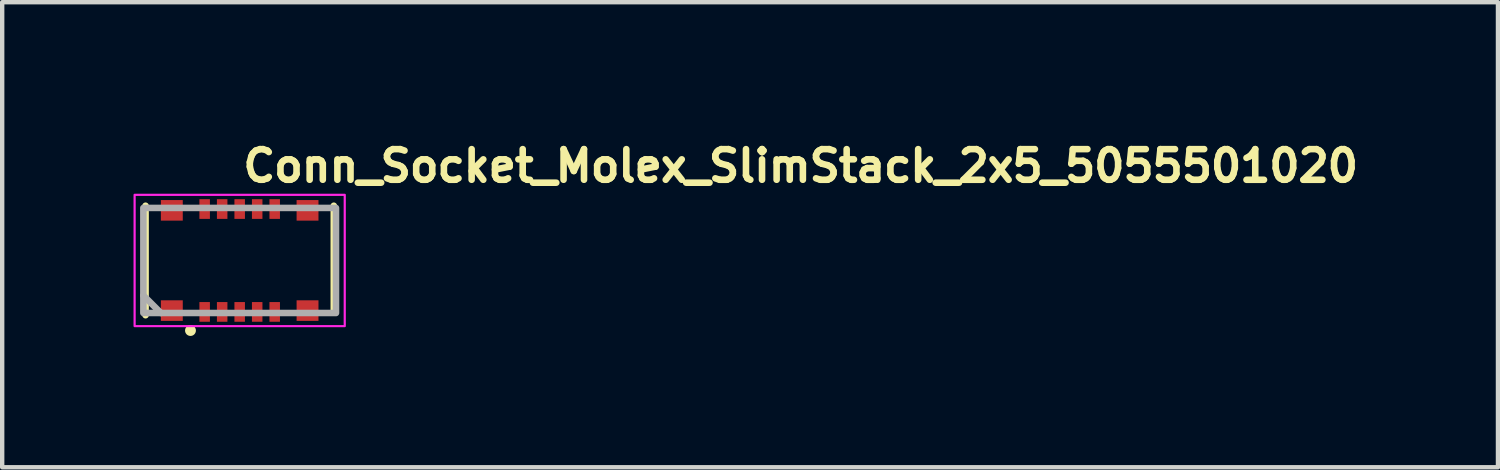
<source format=kicad_pcb>
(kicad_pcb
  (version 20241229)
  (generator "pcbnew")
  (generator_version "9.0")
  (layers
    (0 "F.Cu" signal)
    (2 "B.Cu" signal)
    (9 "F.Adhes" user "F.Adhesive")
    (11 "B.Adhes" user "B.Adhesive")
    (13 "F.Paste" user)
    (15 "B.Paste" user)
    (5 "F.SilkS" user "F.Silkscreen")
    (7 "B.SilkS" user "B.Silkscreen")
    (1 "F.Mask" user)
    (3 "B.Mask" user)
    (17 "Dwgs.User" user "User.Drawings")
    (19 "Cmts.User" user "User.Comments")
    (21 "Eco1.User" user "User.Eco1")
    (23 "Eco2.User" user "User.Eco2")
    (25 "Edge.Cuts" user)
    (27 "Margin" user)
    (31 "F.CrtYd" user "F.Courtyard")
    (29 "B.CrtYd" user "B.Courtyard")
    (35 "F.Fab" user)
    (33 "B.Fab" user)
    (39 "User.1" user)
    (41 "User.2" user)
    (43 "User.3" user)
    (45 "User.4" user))
  (footprint "Conn_Socket_Molex_SlimStack_2x5_5055501020"
    (layer "F.Cu")
    (at 2.425 2.9)
    (property "Reference" "Conn_Socket_Molex_SlimStack_2x5_5055501020" (at 0 -1.75 0) (layer "F.SilkS") (effects (font (size 0.7 0.7) (thickness 0.15)) (justify left bottom)))
    (attr smd)
    (fp_line (start -2.15 -1.25) (end -2.15 1.25) (stroke (width 0.15) (type solid)) (layer "F.SilkS"))
    (fp_line (start 2.15 -1.25) (end 2.15 1.175) (stroke (width 0.15) (type solid)) (layer "F.SilkS"))
    (fp_circle (center -1.124 1.6) (end -1.075 1.6) (stroke (width 0.15) (type solid)) (fill yes) (layer "F.SilkS"))
    (fp_rect (start -2.4 -1.5) (end 2.4 1.5) (stroke (width 0.05) (type solid)) (fill no) (layer "F.CrtYd"))
    (fp_line (start -1.8 1.2) (end -2.2 0.8) (stroke (width 0.15) (type solid)) (layer "F.Fab"))
    (fp_rect (start -2.2 -1.2) (end 2.2 1.2) (stroke (width 0.15) (type solid)) (fill no) (layer "F.Fab"))
    (fp_rect (start -2.15 -1.399) (end 2.15 1.399) (stroke (width 0.1) (type solid)) (fill no) (layer "User.5"))
    (fp_line (start -2.15 -1.22) (end -1.78 -1.22) (stroke (width 0.02) (type solid)) (layer "User.9"))
    (fp_line (start -2.15 -0.4) (end -2.15 -1.22) (stroke (width 0.02) (type solid)) (layer "User.9"))
    (fp_line (start -2.15 -0.4) (end -2.11 -0.4) (stroke (width 0.02) (type solid)) (layer "User.9"))
    (fp_line (start -2.15 0.4) (end -2.11 0.4) (stroke (width 0.02) (type solid)) (layer "User.9"))
    (fp_line (start -2.15 1.22) (end -2.15 0.4) (stroke (width 0.02) (type solid)) (layer "User.9"))
    (fp_line (start -2.15 1.22) (end -1.78 1.22) (stroke (width 0.02) (type solid)) (layer "User.9"))
    (fp_line (start -2.11 0.4) (end -2.11 -0.4) (stroke (width 0.02) (type solid)) (layer "User.9"))
    (fp_line (start -2.1 -1.1) (end -1.52 -1.1) (stroke (width 0.02) (type solid)) (layer "User.9"))
    (fp_line (start -2.1 1.1) (end -2.1 -1.1) (stroke (width 0.02) (type solid)) (layer "User.9"))
    (fp_line (start -1.83 -1.1) (end -1.83 -1.11) (stroke (width 0.02) (type solid)) (layer "User.9"))
    (fp_line (start -1.83 1.11) (end -1.83 1.1) (stroke (width 0.02) (type solid)) (layer "User.9"))
    (fp_line (start -1.83 1.11) (end -1.78 1.11) (stroke (width 0.02) (type solid)) (layer "User.9"))
    (fp_line (start -1.8 -1.379) (end -1.8 -1.22) (stroke (width 0.02) (type solid)) (layer "User.9"))
    (fp_line (start -1.8 1.22) (end -1.8 1.379) (stroke (width 0.02) (type solid)) (layer "User.9"))
    (fp_line (start -1.8 1.379) (end -1.3 1.379) (stroke (width 0.02) (type solid)) (layer "User.9"))
    (fp_line (start -1.78 -1.22) (end -1.78 -1.11) (stroke (width 0.02) (type solid)) (layer "User.9"))
    (fp_line (start -1.78 -1.11) (end -1.83 -1.11) (stroke (width 0.02) (type solid)) (layer "User.9"))
    (fp_line (start -1.78 -1.1) (end -1.78 -1.11) (stroke (width 0.02) (type solid)) (layer "User.9"))
    (fp_line (start -1.78 -0.781) (end -1.78 0.781) (stroke (width 0.02) (type solid)) (layer "User.9"))
    (fp_line (start -1.78 0.781) (end -1.52 1) (stroke (width 0.02) (type solid)) (layer "User.9"))
    (fp_line (start -1.78 1.1) (end -1.78 1.11) (stroke (width 0.02) (type solid)) (layer "User.9"))
    (fp_line (start -1.78 1.22) (end -1.78 1.11) (stroke (width 0.02) (type solid)) (layer "User.9"))
    (fp_line (start -1.754 0.802) (end -1.754 -0.802) (stroke (width 0.02) (type solid)) (layer "User.9"))
    (fp_line (start -1.716 -0.835) (end -1.555 -0.835) (stroke (width 0.02) (type solid)) (layer "User.9"))
    (fp_line (start -1.716 0.835) (end -1.555 0.835) (stroke (width 0.02) (type solid)) (layer "User.9"))
    (fp_line (start -1.695 -1.25) (end -1.695 -1.15) (stroke (width 0.02) (type solid)) (layer "User.9"))
    (fp_line (start -1.695 -1.25) (end -1.395 -1.25) (stroke (width 0.02) (type solid)) (layer "User.9"))
    (fp_line (start -1.695 -1.15) (end -1.695 -1.1) (stroke (width 0.02) (type solid)) (layer "User.9"))
    (fp_line (start -1.695 1.1) (end -1.695 1.15) (stroke (width 0.02) (type solid)) (layer "User.9"))
    (fp_line (start -1.695 1.15) (end -1.695 1.25) (stroke (width 0.02) (type solid)) (layer "User.9"))
    (fp_line (start -1.695 1.25) (end -1.395 1.25) (stroke (width 0.02) (type solid)) (layer "User.9"))
    (fp_line (start -1.579 -0.949) (end -1.555 -0.949) (stroke (width 0.02) (type solid)) (layer "User.9"))
    (fp_line (start -1.555 -0.949) (end -1.555 -0.835) (stroke (width 0.02) (type solid)) (layer "User.9"))
    (fp_line (start -1.555 -0.835) (end -1.485 -0.835) (stroke (width 0.02) (type solid)) (layer "User.9"))
    (fp_line (start -1.555 0.835) (end -1.485 0.835) (stroke (width 0.02) (type solid)) (layer "User.9"))
    (fp_line (start -1.555 0.949) (end -1.579 0.949) (stroke (width 0.02) (type solid)) (layer "User.9"))
    (fp_line (start -1.555 0.949) (end -1.555 0.835) (stroke (width 0.02) (type solid)) (layer "User.9"))
    (fp_line (start -1.555 0.949) (end -1.485 0.922) (stroke (width 0.02) (type solid)) (layer "User.9"))
    (fp_line (start -1.531 -0.99) (end -1.25 -0.99) (stroke (width 0.02) (type solid)) (layer "User.9"))
    (fp_line (start -1.52 -1.1) (end -1.52 -1) (stroke (width 0.02) (type solid)) (layer "User.9"))
    (fp_line (start -1.52 -1) (end -1.78 -0.781) (stroke (width 0.02) (type solid)) (layer "User.9"))
    (fp_line (start -1.52 1) (end -1.52 1.1) (stroke (width 0.02) (type solid)) (layer "User.9"))
    (fp_line (start -1.52 1) (end -1.25 1) (stroke (width 0.02) (type solid)) (layer "User.9"))
    (fp_line (start -1.52 1.1) (end -2.1 1.1) (stroke (width 0.02) (type solid)) (layer "User.9"))
    (fp_line (start -1.52 1.1) (end -1.25 1.1) (stroke (width 0.02) (type solid)) (layer "User.9"))
    (fp_line (start -1.485 -0.922) (end -1.555 -0.949) (stroke (width 0.02) (type solid)) (layer "User.9"))
    (fp_line (start -1.485 -0.922) (end -1.485 -0.835) (stroke (width 0.02) (type solid)) (layer "User.9"))
    (fp_line (start -1.485 -0.922) (end -1.055 -0.922) (stroke (width 0.02) (type solid)) (layer "User.9"))
    (fp_line (start -1.485 0.922) (end -1.485 0.835) (stroke (width 0.02) (type solid)) (layer "User.9"))
    (fp_line (start -1.395 -1.25) (end -1.395 -1.15) (stroke (width 0.02) (type solid)) (layer "User.9"))
    (fp_line (start -1.395 -1.15) (end -1.395 -1.1) (stroke (width 0.02) (type solid)) (layer "User.9"))
    (fp_line (start -1.395 1.1) (end -1.395 1.15) (stroke (width 0.02) (type solid)) (layer "User.9"))
    (fp_line (start -1.395 1.15) (end -1.395 1.25) (stroke (width 0.02) (type solid)) (layer "User.9"))
    (fp_line (start -1.35 -1.22) (end -1.35 -1.11) (stroke (width 0.02) (type solid)) (layer "User.9"))
    (fp_line (start -1.35 -1.22) (end -1.125 -1.22) (stroke (width 0.02) (type solid)) (layer "User.9"))
    (fp_line (start -1.35 -1.11) (end -1.25 -1.11) (stroke (width 0.02) (type solid)) (layer "User.9"))
    (fp_line (start -1.35 -1.1) (end -1.35 -1.11) (stroke (width 0.02) (type solid)) (layer "User.9"))
    (fp_line (start -1.35 -0.99) (end -1.35 -1) (stroke (width 0.02) (type solid)) (layer "User.9"))
    (fp_line (start -1.35 0.99) (end -1.35 1) (stroke (width 0.02) (type solid)) (layer "User.9"))
    (fp_line (start -1.35 1.1) (end -1.35 1.11) (stroke (width 0.02) (type solid)) (layer "User.9"))
    (fp_line (start -1.35 1.11) (end -1.35 1.22) (stroke (width 0.02) (type solid)) (layer "User.9"))
    (fp_line (start -1.35 1.11) (end -1.25 1.11) (stroke (width 0.02) (type solid)) (layer "User.9"))
    (fp_line (start -1.35 1.22) (end -1.125 1.22) (stroke (width 0.02) (type solid)) (layer "User.9"))
    (fp_line (start -1.3 -1.379) (end -1.8 -1.379) (stroke (width 0.02) (type solid)) (layer "User.9"))
    (fp_line (start -1.3 -1.22) (end -1.3 -1.379) (stroke (width 0.02) (type solid)) (layer "User.9"))
    (fp_line (start -1.3 1.379) (end -1.3 1.22) (stroke (width 0.02) (type solid)) (layer "User.9"))
    (fp_line (start -1.25 -1.11) (end -1.25 -0.949) (stroke (width 0.02) (type solid)) (layer "User.9"))
    (fp_line (start -1.25 -1.1) (end -1.52 -1.1) (stroke (width 0.02) (type solid)) (layer "User.9"))
    (fp_line (start -1.25 -1) (end -1.52 -1) (stroke (width 0.02) (type solid)) (layer "User.9"))
    (fp_line (start -1.25 -0.949) (end -1.125 -0.949) (stroke (width 0.02) (type solid)) (layer "User.9"))
    (fp_line (start -1.25 0.949) (end -1.25 1.11) (stroke (width 0.02) (type solid)) (layer "User.9"))
    (fp_line (start -1.25 0.99) (end -1.531 0.99) (stroke (width 0.02) (type solid)) (layer "User.9"))
    (fp_line (start -1.195 -0.27) (end -1.195 0.27) (stroke (width 0.02) (type solid)) (layer "User.9"))
    (fp_line (start -1.195 0.27) (end -1.194 0.278) (stroke (width 0.02) (type solid)) (layer "User.9"))
    (fp_line (start -1.194 -0.287) (end -1.194 -0.278) (stroke (width 0.02) (type solid)) (layer "User.9"))
    (fp_line (start -1.194 -0.278) (end -1.195 -0.27) (stroke (width 0.02) (type solid)) (layer "User.9"))
    (fp_line (start -1.194 0.278) (end -1.194 0.287) (stroke (width 0.02) (type solid)) (layer "User.9"))
    (fp_line (start -1.194 0.287) (end -1.193 0.295) (stroke (width 0.02) (type solid)) (layer "User.9"))
    (fp_line (start -1.193 -0.295) (end -1.194 -0.287) (stroke (width 0.02) (type solid)) (layer "User.9"))
    (fp_line (start -1.193 0.295) (end -1.191 0.304) (stroke (width 0.02) (type solid)) (layer "User.9"))
    (fp_line (start -1.191 -0.304) (end -1.193 -0.295) (stroke (width 0.02) (type solid)) (layer "User.9"))
    (fp_line (start -1.191 0.304) (end -1.189 0.312) (stroke (width 0.02) (type solid)) (layer "User.9"))
    (fp_line (start -1.189 -0.312) (end -1.191 -0.304) (stroke (width 0.02) (type solid)) (layer "User.9"))
    (fp_line (start -1.189 0.312) (end -1.187 0.32) (stroke (width 0.02) (type solid)) (layer "User.9"))
    (fp_line (start -1.187 -0.32) (end -1.189 -0.312) (stroke (width 0.02) (type solid)) (layer "User.9"))
    (fp_line (start -1.187 0.32) (end -1.184 0.328) (stroke (width 0.02) (type solid)) (layer "User.9"))
    (fp_line (start -1.184 -0.328) (end -1.187 -0.32) (stroke (width 0.02) (type solid)) (layer "User.9"))
    (fp_line (start -1.184 0.328) (end -1.181 0.336) (stroke (width 0.02) (type solid)) (layer "User.9"))
    (fp_line (start -1.181 -0.336) (end -1.184 -0.328) (stroke (width 0.02) (type solid)) (layer "User.9"))
    (fp_line (start -1.181 0.336) (end -1.178 0.343) (stroke (width 0.02) (type solid)) (layer "User.9"))
    (fp_line (start -1.178 -0.343) (end -1.181 -0.336) (stroke (width 0.02) (type solid)) (layer "User.9"))
    (fp_line (start -1.178 0.343) (end -1.174 0.351) (stroke (width 0.02) (type solid)) (layer "User.9"))
    (fp_line (start -1.174 -0.351) (end -1.178 -0.343) (stroke (width 0.02) (type solid)) (layer "User.9"))
    (fp_line (start -1.174 0.351) (end -1.17 0.358) (stroke (width 0.02) (type solid)) (layer "User.9"))
    (fp_line (start -1.17 -0.358) (end -1.174 -0.351) (stroke (width 0.02) (type solid)) (layer "User.9"))
    (fp_line (start -1.17 0.358) (end -1.165 0.365) (stroke (width 0.02) (type solid)) (layer "User.9"))
    (fp_line (start -1.165 -0.365) (end -1.17 -0.358) (stroke (width 0.02) (type solid)) (layer "User.9"))
    (fp_line (start -1.165 0.365) (end -1.161 0.371) (stroke (width 0.02) (type solid)) (layer "User.9"))
    (fp_line (start -1.161 -0.371) (end -1.165 -0.365) (stroke (width 0.02) (type solid)) (layer "User.9"))
    (fp_line (start -1.161 0.371) (end -1.156 0.378) (stroke (width 0.02) (type solid)) (layer "User.9"))
    (fp_line (start -1.156 -0.378) (end -1.161 -0.371) (stroke (width 0.02) (type solid)) (layer "User.9"))
    (fp_line (start -1.156 0.378) (end -1.15 0.384) (stroke (width 0.02) (type solid)) (layer "User.9"))
    (fp_line (start -1.15 -0.384) (end -1.156 -0.378) (stroke (width 0.02) (type solid)) (layer "User.9"))
    (fp_line (start -1.15 0.384) (end -1.145 0.39) (stroke (width 0.02) (type solid)) (layer "User.9"))
    (fp_line (start -1.145 -0.39) (end -1.15 -0.384) (stroke (width 0.02) (type solid)) (layer "User.9"))
    (fp_line (start -1.145 0.39) (end -1.139 0.395) (stroke (width 0.02) (type solid)) (layer "User.9"))
    (fp_line (start -1.139 -0.395) (end -1.145 -0.39) (stroke (width 0.02) (type solid)) (layer "User.9"))
    (fp_line (start -1.139 0.395) (end -1.133 0.401) (stroke (width 0.02) (type solid)) (layer "User.9"))
    (fp_line (start -1.133 -0.401) (end -1.139 -0.395) (stroke (width 0.02) (type solid)) (layer "User.9"))
    (fp_line (start -1.133 0.401) (end -1.126 0.406) (stroke (width 0.02) (type solid)) (layer "User.9"))
    (fp_line (start -1.126 -0.406) (end -1.133 -0.401) (stroke (width 0.02) (type solid)) (layer "User.9"))
    (fp_line (start -1.126 0.406) (end -1.12 0.41) (stroke (width 0.02) (type solid)) (layer "User.9"))
    (fp_line (start -1.125 -1.22) (end -1.055 -1.22) (stroke (width 0.02) (type solid)) (layer "User.9"))
    (fp_line (start -1.125 -0.949) (end -1.125 -1.22) (stroke (width 0.02) (type solid)) (layer "User.9"))
    (fp_line (start -1.125 -0.949) (end -1.055 -0.922) (stroke (width 0.02) (type solid)) (layer "User.9"))
    (fp_line (start -1.125 -0.27) (end -1.125 0.27) (stroke (width 0.02) (type solid)) (layer "User.9"))
    (fp_line (start -1.125 -0.27) (end -1.125 0.27) (stroke (width 0.02) (type solid)) (layer "User.9"))
    (fp_line (start -1.125 -0.27) (end -1.124 -0.279) (stroke (width 0.02) (type solid)) (layer "User.9"))
    (fp_line (start -1.125 0.949) (end -1.25 0.949) (stroke (width 0.02) (type solid)) (layer "User.9"))
    (fp_line (start -1.125 1.22) (end -1.125 0.949) (stroke (width 0.02) (type solid)) (layer "User.9"))
    (fp_line (start -1.124 -0.279) (end -1.122 -0.289) (stroke (width 0.02) (type solid)) (layer "User.9"))
    (fp_line (start -1.124 0.275) (end -1.125 0.27) (stroke (width 0.02) (type solid)) (layer "User.9"))
    (fp_line (start -1.124 0.279) (end -1.124 0.275) (stroke (width 0.02) (type solid)) (layer "User.9"))
    (fp_line (start -1.123 0.284) (end -1.124 0.279) (stroke (width 0.02) (type solid)) (layer "User.9"))
    (fp_line (start -1.122 -0.289) (end -1.121 -0.293) (stroke (width 0.02) (type solid)) (layer "User.9"))
    (fp_line (start -1.122 0.289) (end -1.123 0.284) (stroke (width 0.02) (type solid)) (layer "User.9"))
    (fp_line (start -1.121 -0.293) (end -1.12 -0.297) (stroke (width 0.02) (type solid)) (layer "User.9"))
    (fp_line (start -1.121 0.293) (end -1.122 0.289) (stroke (width 0.02) (type solid)) (layer "User.9"))
    (fp_line (start -1.12 -0.41) (end -1.126 -0.406) (stroke (width 0.02) (type solid)) (layer "User.9"))
    (fp_line (start -1.12 -0.297) (end -1.119 -0.301) (stroke (width 0.02) (type solid)) (layer "User.9"))
    (fp_line (start -1.12 0.297) (end -1.121 0.293) (stroke (width 0.02) (type solid)) (layer "User.9"))
    (fp_line (start -1.12 0.41) (end -1.113 0.415) (stroke (width 0.02) (type solid)) (layer "User.9"))
    (fp_line (start -1.119 -0.301) (end -1.118 -0.305) (stroke (width 0.02) (type solid)) (layer "User.9"))
    (fp_line (start -1.119 0.301) (end -1.12 0.297) (stroke (width 0.02) (type solid)) (layer "User.9"))
    (fp_line (start -1.118 -0.305) (end -1.116 -0.309) (stroke (width 0.02) (type solid)) (layer "User.9"))
    (fp_line (start -1.118 0.305) (end -1.119 0.301) (stroke (width 0.02) (type solid)) (layer "User.9"))
    (fp_line (start -1.118 0.306) (end -1.116 0.311) (stroke (width 0.02) (type solid)) (layer "User.9"))
    (fp_line (start -1.116 -0.311) (end -1.118 -0.306) (stroke (width 0.02) (type solid)) (layer "User.9"))
    (fp_line (start -1.116 -0.309) (end -1.115 -0.313) (stroke (width 0.02) (type solid)) (layer "User.9"))
    (fp_line (start -1.116 0.309) (end -1.118 0.305) (stroke (width 0.02) (type solid)) (layer "User.9"))
    (fp_line (start -1.116 0.311) (end -1.113 0.316) (stroke (width 0.02) (type solid)) (layer "User.9"))
    (fp_line (start -1.115 -0.313) (end -1.113 -0.317) (stroke (width 0.02) (type solid)) (layer "User.9"))
    (fp_line (start -1.115 0.313) (end -1.116 0.309) (stroke (width 0.02) (type solid)) (layer "User.9"))
    (fp_line (start -1.113 -0.415) (end -1.12 -0.41) (stroke (width 0.02) (type solid)) (layer "User.9"))
    (fp_line (start -1.113 -0.317) (end -1.111 -0.32) (stroke (width 0.02) (type solid)) (layer "User.9"))
    (fp_line (start -1.113 -0.316) (end -1.116 -0.311) (stroke (width 0.02) (type solid)) (layer "User.9"))
    (fp_line (start -1.113 0.316) (end -1.11 0.321) (stroke (width 0.02) (type solid)) (layer "User.9"))
    (fp_line (start -1.113 0.317) (end -1.115 0.313) (stroke (width 0.02) (type solid)) (layer "User.9"))
    (fp_line (start -1.113 0.415) (end -1.106 0.419) (stroke (width 0.02) (type solid)) (layer "User.9"))
    (fp_line (start -1.111 -0.32) (end -1.107 -0.326) (stroke (width 0.02) (type solid)) (layer "User.9"))
    (fp_line (start -1.111 0.32) (end -1.113 0.317) (stroke (width 0.02) (type solid)) (layer "User.9"))
    (fp_line (start -1.11 -0.321) (end -1.113 -0.316) (stroke (width 0.02) (type solid)) (layer "User.9"))
    (fp_line (start -1.11 0.321) (end -1.107 0.326) (stroke (width 0.02) (type solid)) (layer "User.9"))
    (fp_line (start -1.109 0.323) (end -1.111 0.32) (stroke (width 0.02) (type solid)) (layer "User.9"))
    (fp_line (start -1.107 -0.326) (end -1.11 -0.321) (stroke (width 0.02) (type solid)) (layer "User.9"))
    (fp_line (start -1.107 -0.326) (end -1.103 -0.332) (stroke (width 0.02) (type solid)) (layer "User.9"))
    (fp_line (start -1.107 0.326) (end -1.109 0.323) (stroke (width 0.02) (type solid)) (layer "User.9"))
    (fp_line (start -1.107 0.326) (end -1.104 0.33) (stroke (width 0.02) (type solid)) (layer "User.9"))
    (fp_line (start -1.106 -0.419) (end -1.113 -0.415) (stroke (width 0.02) (type solid)) (layer "User.9"))
    (fp_line (start -1.106 0.419) (end -1.098 0.423) (stroke (width 0.02) (type solid)) (layer "User.9"))
    (fp_line (start -1.105 0.329) (end -1.107 0.326) (stroke (width 0.02) (type solid)) (layer "User.9"))
    (fp_line (start -1.104 -0.33) (end -1.107 -0.326) (stroke (width 0.02) (type solid)) (layer "User.9"))
    (fp_line (start -1.104 0.33) (end -1.101 0.334) (stroke (width 0.02) (type solid)) (layer "User.9"))
    (fp_line (start -1.103 -0.332) (end -1.098 -0.338) (stroke (width 0.02) (type solid)) (layer "User.9"))
    (fp_line (start -1.103 0.332) (end -1.105 0.329) (stroke (width 0.02) (type solid)) (layer "User.9"))
    (fp_line (start -1.101 -0.334) (end -1.104 -0.33) (stroke (width 0.02) (type solid)) (layer "User.9"))
    (fp_line (start -1.101 0.334) (end -1.097 0.339) (stroke (width 0.02) (type solid)) (layer "User.9"))
    (fp_line (start -1.1 0.335) (end -1.103 0.332) (stroke (width 0.02) (type solid)) (layer "User.9"))
    (fp_line (start -1.098 -0.423) (end -1.106 -0.419) (stroke (width 0.02) (type solid)) (layer "User.9"))
    (fp_line (start -1.098 -0.338) (end -1.093 -0.343) (stroke (width 0.02) (type solid)) (layer "User.9"))
    (fp_line (start -1.098 0.338) (end -1.1 0.335) (stroke (width 0.02) (type solid)) (layer "User.9"))
    (fp_line (start -1.098 0.423) (end -1.091 0.426) (stroke (width 0.02) (type solid)) (layer "User.9"))
    (fp_line (start -1.097 -0.339) (end -1.101 -0.334) (stroke (width 0.02) (type solid)) (layer "User.9"))
    (fp_line (start -1.097 0.339) (end -1.093 0.342) (stroke (width 0.02) (type solid)) (layer "User.9"))
    (fp_line (start -1.095 0.34) (end -1.098 0.338) (stroke (width 0.02) (type solid)) (layer "User.9"))
    (fp_line (start -1.093 -0.343) (end -1.087 -0.347) (stroke (width 0.02) (type solid)) (layer "User.9"))
    (fp_line (start -1.093 -0.342) (end -1.097 -0.339) (stroke (width 0.02) (type solid)) (layer "User.9"))
    (fp_line (start -1.093 0.342) (end -1.089 0.346) (stroke (width 0.02) (type solid)) (layer "User.9"))
    (fp_line (start -1.093 0.343) (end -1.095 0.34) (stroke (width 0.02) (type solid)) (layer "User.9"))
    (fp_line (start -1.091 -0.426) (end -1.098 -0.423) (stroke (width 0.02) (type solid)) (layer "User.9"))
    (fp_line (start -1.091 0.426) (end -1.083 0.429) (stroke (width 0.02) (type solid)) (layer "User.9"))
    (fp_line (start -1.09 0.345) (end -1.093 0.343) (stroke (width 0.02) (type solid)) (layer "User.9"))
    (fp_line (start -1.089 -0.346) (end -1.093 -0.342) (stroke (width 0.02) (type solid)) (layer "User.9"))
    (fp_line (start -1.089 0.346) (end -1.084 0.35) (stroke (width 0.02) (type solid)) (layer "User.9"))
    (fp_line (start -1.087 -0.347) (end -1.081 -0.352) (stroke (width 0.02) (type solid)) (layer "User.9"))
    (fp_line (start -1.087 0.347) (end -1.09 0.345) (stroke (width 0.02) (type solid)) (layer "User.9"))
    (fp_line (start -1.084 -0.35) (end -1.089 -0.346) (stroke (width 0.02) (type solid)) (layer "User.9"))
    (fp_line (start -1.084 0.35) (end -1.08 0.353) (stroke (width 0.02) (type solid)) (layer "User.9"))
    (fp_line (start -1.083 -0.429) (end -1.091 -0.426) (stroke (width 0.02) (type solid)) (layer "User.9"))
    (fp_line (start -1.083 0.429) (end -1.075 0.432) (stroke (width 0.02) (type solid)) (layer "User.9"))
    (fp_line (start -1.081 -0.352) (end -1.075 -0.355) (stroke (width 0.02) (type solid)) (layer "User.9"))
    (fp_line (start -1.081 0.352) (end -1.087 0.347) (stroke (width 0.02) (type solid)) (layer "User.9"))
    (fp_line (start -1.08 -0.353) (end -1.084 -0.35) (stroke (width 0.02) (type solid)) (layer "User.9"))
    (fp_line (start -1.08 0.353) (end -1.075 0.356) (stroke (width 0.02) (type solid)) (layer "User.9"))
    (fp_line (start -1.075 -0.432) (end -1.083 -0.429) (stroke (width 0.02) (type solid)) (layer "User.9"))
    (fp_line (start -1.075 -0.356) (end -1.08 -0.353) (stroke (width 0.02) (type solid)) (layer "User.9"))
    (fp_line (start -1.075 -0.355) (end -1.068 -0.359) (stroke (width 0.02) (type solid)) (layer "User.9"))
    (fp_line (start -1.075 0.355) (end -1.081 0.352) (stroke (width 0.02) (type solid)) (layer "User.9"))
    (fp_line (start -1.075 0.356) (end -1.07 0.358) (stroke (width 0.02) (type solid)) (layer "User.9"))
    (fp_line (start -1.075 0.432) (end -1.067 0.434) (stroke (width 0.02) (type solid)) (layer "User.9"))
    (fp_line (start -1.07 -0.358) (end -1.075 -0.356) (stroke (width 0.02) (type solid)) (layer "User.9"))
    (fp_line (start -1.07 0.358) (end -1.065 0.361) (stroke (width 0.02) (type solid)) (layer "User.9"))
    (fp_line (start -1.068 -0.359) (end -1.062 -0.362) (stroke (width 0.02) (type solid)) (layer "User.9"))
    (fp_line (start -1.068 0.359) (end -1.075 0.355) (stroke (width 0.02) (type solid)) (layer "User.9"))
    (fp_line (start -1.067 -0.434) (end -1.075 -0.432) (stroke (width 0.02) (type solid)) (layer "User.9"))
    (fp_line (start -1.067 0.434) (end -1.059 0.436) (stroke (width 0.02) (type solid)) (layer "User.9"))
    (fp_line (start -1.065 -0.361) (end -1.07 -0.358) (stroke (width 0.02) (type solid)) (layer "User.9"))
    (fp_line (start -1.065 0.361) (end -1.06 0.363) (stroke (width 0.02) (type solid)) (layer "User.9"))
    (fp_line (start -1.062 -0.362) (end -1.055 -0.365) (stroke (width 0.02) (type solid)) (layer "User.9"))
    (fp_line (start -1.062 0.362) (end -1.068 0.359) (stroke (width 0.02) (type solid)) (layer "User.9"))
    (fp_line (start -1.06 -0.363) (end -1.065 -0.361) (stroke (width 0.02) (type solid)) (layer "User.9"))
    (fp_line (start -1.06 0.363) (end -1.055 0.365) (stroke (width 0.02) (type solid)) (layer "User.9"))
    (fp_line (start -1.059 -0.436) (end -1.067 -0.434) (stroke (width 0.02) (type solid)) (layer "User.9"))
    (fp_line (start -1.059 0.436) (end -1.05 0.438) (stroke (width 0.02) (type solid)) (layer "User.9"))
    (fp_line (start -1.055 -1.22) (end -1.055 -0.81) (stroke (width 0.02) (type solid)) (layer "User.9"))
    (fp_line (start -1.055 -0.835) (end -1.485 -0.835) (stroke (width 0.02) (type solid)) (layer "User.9"))
    (fp_line (start -1.055 -0.81) (end 1.055 -0.81) (stroke (width 0.02) (type solid)) (layer "User.9"))
    (fp_line (start -1.055 -0.76) (end -1.055 -0.81) (stroke (width 0.02) (type solid)) (layer "User.9"))
    (fp_line (start -1.055 -0.76) (end 1.055 -0.76) (stroke (width 0.02) (type solid)) (layer "User.9"))
    (fp_line (start -1.055 -0.365) (end -1.06 -0.363) (stroke (width 0.02) (type solid)) (layer "User.9"))
    (fp_line (start -1.055 0.365) (end -1.062 0.362) (stroke (width 0.02) (type solid)) (layer "User.9"))
    (fp_line (start -1.055 0.365) (end -1.053 0.365) (stroke (width 0.02) (type solid)) (layer "User.9"))
    (fp_line (start -1.055 0.365) (end -1.051 0.366) (stroke (width 0.02) (type solid)) (layer "User.9"))
    (fp_line (start -1.055 0.81) (end -1.055 0.76) (stroke (width 0.02) (type solid)) (layer "User.9"))
    (fp_line (start -1.055 0.81) (end -1.055 1.22) (stroke (width 0.02) (type solid)) (layer "User.9"))
    (fp_line (start -1.055 0.835) (end -1.485 0.835) (stroke (width 0.02) (type solid)) (layer "User.9"))
    (fp_line (start -1.055 0.922) (end -1.485 0.922) (stroke (width 0.02) (type solid)) (layer "User.9"))
    (fp_line (start -1.055 0.922) (end -1.125 0.949) (stroke (width 0.02) (type solid)) (layer "User.9"))
    (fp_line (start -1.055 1.22) (end -1.125 1.22) (stroke (width 0.02) (type solid)) (layer "User.9"))
    (fp_line (start -1.055 1.22) (end 1.055 1.22) (stroke (width 0.02) (type solid)) (layer "User.9"))
    (fp_line (start -1.053 -0.365) (end -1.055 -0.365) (stroke (width 0.02) (type solid)) (layer "User.9"))
    (fp_line (start -1.053 0.365) (end -1.051 0.366) (stroke (width 0.02) (type solid)) (layer "User.9"))
    (fp_line (start -1.051 -0.366) (end -1.055 -0.365) (stroke (width 0.02) (type solid)) (layer "User.9"))
    (fp_line (start -1.051 -0.366) (end -1.053 -0.365) (stroke (width 0.02) (type solid)) (layer "User.9"))
    (fp_line (start -1.051 0.366) (end -1.05 0.366) (stroke (width 0.02) (type solid)) (layer "User.9"))
    (fp_line (start -1.051 0.366) (end -1.047 0.367) (stroke (width 0.02) (type solid)) (layer "User.9"))
    (fp_line (start -1.05 -0.438) (end -1.059 -0.436) (stroke (width 0.02) (type solid)) (layer "User.9"))
    (fp_line (start -1.05 -0.366) (end -1.051 -0.366) (stroke (width 0.02) (type solid)) (layer "User.9"))
    (fp_line (start -1.05 0.366) (end -1.048 0.366) (stroke (width 0.02) (type solid)) (layer "User.9"))
    (fp_line (start -1.05 0.438) (end -1.042 0.439) (stroke (width 0.02) (type solid)) (layer "User.9"))
    (fp_line (start -1.048 -0.366) (end -1.05 -0.366) (stroke (width 0.02) (type solid)) (layer "User.9"))
    (fp_line (start -1.048 0.366) (end -1.047 0.366) (stroke (width 0.02) (type solid)) (layer "User.9"))
    (fp_line (start -1.047 -0.367) (end -1.051 -0.366) (stroke (width 0.02) (type solid)) (layer "User.9"))
    (fp_line (start -1.047 0.366) (end -1.045 0.366) (stroke (width 0.02) (type solid)) (layer "User.9"))
    (fp_line (start -1.047 0.367) (end -1.043 0.368) (stroke (width 0.02) (type solid)) (layer "User.9"))
    (fp_line (start -1.046 -0.366) (end -1.048 -0.366) (stroke (width 0.02) (type solid)) (layer "User.9"))
    (fp_line (start -1.045 -0.366) (end -1.046 -0.366) (stroke (width 0.02) (type solid)) (layer "User.9"))
    (fp_line (start -1.045 0.366) (end -1.044 0.366) (stroke (width 0.02) (type solid)) (layer "User.9"))
    (fp_line (start -1.044 -0.366) (end -1.045 -0.366) (stroke (width 0.02) (type solid)) (layer "User.9"))
    (fp_line (start -1.044 0.366) (end -1.042 0.365) (stroke (width 0.02) (type solid)) (layer "User.9"))
    (fp_line (start -1.043 -0.368) (end -1.047 -0.367) (stroke (width 0.02) (type solid)) (layer "User.9"))
    (fp_line (start -1.043 0.368) (end -1.04 0.368) (stroke (width 0.02) (type solid)) (layer "User.9"))
    (fp_line (start -1.042 -0.439) (end -1.05 -0.438) (stroke (width 0.02) (type solid)) (layer "User.9"))
    (fp_line (start -1.042 -0.365) (end -1.044 -0.366) (stroke (width 0.02) (type solid)) (layer "User.9"))
    (fp_line (start -1.042 0.365) (end -1.041 0.365) (stroke (width 0.02) (type solid)) (layer "User.9"))
    (fp_line (start -1.042 0.439) (end -1.033 0.439) (stroke (width 0.02) (type solid)) (layer "User.9"))
    (fp_line (start -1.041 -0.365) (end -1.042 -0.365) (stroke (width 0.02) (type solid)) (layer "User.9"))
    (fp_line (start -1.041 0.365) (end -1.039 0.364) (stroke (width 0.02) (type solid)) (layer "User.9"))
    (fp_line (start -1.04 -0.368) (end -1.043 -0.368) (stroke (width 0.02) (type solid)) (layer "User.9"))
    (fp_line (start -1.04 0.368) (end -1.036 0.369) (stroke (width 0.02) (type solid)) (layer "User.9"))
    (fp_line (start -1.039 -0.364) (end -1.041 -0.365) (stroke (width 0.02) (type solid)) (layer "User.9"))
    (fp_line (start -1.039 0.364) (end -1.038 0.364) (stroke (width 0.02) (type solid)) (layer "User.9"))
    (fp_line (start -1.038 -0.364) (end -1.039 -0.364) (stroke (width 0.02) (type solid)) (layer "User.9"))
    (fp_line (start -1.038 0.364) (end -1.037 0.363) (stroke (width 0.02) (type solid)) (layer "User.9"))
    (fp_line (start -1.037 -0.363) (end -1.038 -0.364) (stroke (width 0.02) (type solid)) (layer "User.9"))
    (fp_line (start -1.037 0.363) (end -1.036 0.362) (stroke (width 0.02) (type solid)) (layer "User.9"))
    (fp_line (start -1.036 -0.369) (end -1.04 -0.368) (stroke (width 0.02) (type solid)) (layer "User.9"))
    (fp_line (start -1.036 -0.362) (end -1.037 -0.363) (stroke (width 0.02) (type solid)) (layer "User.9"))
    (fp_line (start -1.036 0.362) (end -1.035 0.361) (stroke (width 0.02) (type solid)) (layer "User.9"))
    (fp_line (start -1.036 0.369) (end -1.032 0.369) (stroke (width 0.02) (type solid)) (layer "User.9"))
    (fp_line (start -1.035 -0.361) (end -1.036 -0.362) (stroke (width 0.02) (type solid)) (layer "User.9"))
    (fp_line (start -1.035 0.361) (end -1.034 0.361) (stroke (width 0.02) (type solid)) (layer "User.9"))
    (fp_line (start -1.034 -0.36) (end -1.035 -0.361) (stroke (width 0.02) (type solid)) (layer "User.9"))
    (fp_line (start -1.034 0.361) (end -1.033 0.36) (stroke (width 0.02) (type solid)) (layer "User.9"))
    (fp_line (start -1.033 -0.439) (end -1.042 -0.439) (stroke (width 0.02) (type solid)) (layer "User.9"))
    (fp_line (start -1.033 -0.36) (end -1.034 -0.36) (stroke (width 0.02) (type solid)) (layer "User.9"))
    (fp_line (start -1.033 0.36) (end -1.032 0.359) (stroke (width 0.02) (type solid)) (layer "User.9"))
    (fp_line (start -1.033 0.439) (end -1.025 0.44) (stroke (width 0.02) (type solid)) (layer "User.9"))
    (fp_line (start -1.032 -0.369) (end -1.036 -0.369) (stroke (width 0.02) (type solid)) (layer "User.9"))
    (fp_line (start -1.032 -0.359) (end -1.033 -0.36) (stroke (width 0.02) (type solid)) (layer "User.9"))
    (fp_line (start -1.032 0.359) (end -1.031 0.357) (stroke (width 0.02) (type solid)) (layer "User.9"))
    (fp_line (start -1.032 0.369) (end -1.028 0.369) (stroke (width 0.02) (type solid)) (layer "User.9"))
    (fp_line (start -1.031 -0.357) (end -1.032 -0.359) (stroke (width 0.02) (type solid)) (layer "User.9"))
    (fp_line (start -1.031 0.357) (end -1.03 0.356) (stroke (width 0.02) (type solid)) (layer "User.9"))
    (fp_line (start -1.03 -0.356) (end -1.031 -0.357) (stroke (width 0.02) (type solid)) (layer "User.9"))
    (fp_line (start -1.03 0.356) (end -1.029 0.355) (stroke (width 0.02) (type solid)) (layer "User.9"))
    (fp_line (start -1.029 -0.355) (end -1.03 -0.356) (stroke (width 0.02) (type solid)) (layer "User.9"))
    (fp_line (start -1.029 0.355) (end -1.028 0.354) (stroke (width 0.02) (type solid)) (layer "User.9"))
    (fp_line (start -1.028 -0.369) (end -1.032 -0.369) (stroke (width 0.02) (type solid)) (layer "User.9"))
    (fp_line (start -1.028 -0.354) (end -1.029 -0.355) (stroke (width 0.02) (type solid)) (layer "User.9"))
    (fp_line (start -1.028 -0.353) (end -1.028 -0.354) (stroke (width 0.02) (type solid)) (layer "User.9"))
    (fp_line (start -1.028 0.353) (end -1.027 0.352) (stroke (width 0.02) (type solid)) (layer "User.9"))
    (fp_line (start -1.028 0.354) (end -1.028 0.353) (stroke (width 0.02) (type solid)) (layer "User.9"))
    (fp_line (start -1.028 0.369) (end -1.025 0.37) (stroke (width 0.02) (type solid)) (layer "User.9"))
    (fp_line (start -1.027 -0.351) (end -1.028 -0.353) (stroke (width 0.02) (type solid)) (layer "User.9"))
    (fp_line (start -1.027 0.352) (end -1.026 0.35) (stroke (width 0.02) (type solid)) (layer "User.9"))
    (fp_line (start -1.026 -0.35) (end -1.027 -0.351) (stroke (width 0.02) (type solid)) (layer "User.9"))
    (fp_line (start -1.026 -0.349) (end -1.026 -0.35) (stroke (width 0.02) (type solid)) (layer "User.9"))
    (fp_line (start -1.026 -0.348) (end -1.026 -0.349) (stroke (width 0.02) (type solid)) (layer "User.9"))
    (fp_line (start -1.026 0.348) (end -1.025 0.346) (stroke (width 0.02) (type solid)) (layer "User.9"))
    (fp_line (start -1.026 0.349) (end -1.026 0.348) (stroke (width 0.02) (type solid)) (layer "User.9"))
    (fp_line (start -1.026 0.35) (end -1.026 0.349) (stroke (width 0.02) (type solid)) (layer "User.9"))
    (fp_line (start -1.025 -0.44) (end -1.033 -0.439) (stroke (width 0.02) (type solid)) (layer "User.9"))
    (fp_line (start -1.025 -0.37) (end -1.028 -0.369) (stroke (width 0.02) (type solid)) (layer "User.9"))
    (fp_line (start -1.025 -0.346) (end -1.026 -0.348) (stroke (width 0.02) (type solid)) (layer "User.9"))
    (fp_line (start -1.025 -0.345) (end -1.025 -0.346) (stroke (width 0.02) (type solid)) (layer "User.9"))
    (fp_line (start -1.025 -0.343) (end -1.025 -0.345) (stroke (width 0.02) (type solid)) (layer "User.9"))
    (fp_line (start -1.025 -0.342) (end -1.025 -0.343) (stroke (width 0.02) (type solid)) (layer "User.9"))
    (fp_line (start -1.025 -0.34) (end -1.025 0.34) (stroke (width 0.02) (type solid)) (layer "User.9"))
    (fp_line (start -1.025 -0.34) (end -1.024 -0.341) (stroke (width 0.02) (type solid)) (layer "User.9"))
    (fp_line (start -1.025 0.342) (end -1.024 0.341) (stroke (width 0.02) (type solid)) (layer "User.9"))
    (fp_line (start -1.025 0.344) (end -1.025 0.342) (stroke (width 0.02) (type solid)) (layer "User.9"))
    (fp_line (start -1.025 0.345) (end -1.025 0.344) (stroke (width 0.02) (type solid)) (layer "User.9"))
    (fp_line (start -1.025 0.346) (end -1.025 0.345) (stroke (width 0.02) (type solid)) (layer "User.9"))
    (fp_line (start -1.025 0.37) (end -0.89 0.37) (stroke (width 0.02) (type solid)) (layer "User.9"))
    (fp_line (start -1.025 0.37) (end 1.025 0.37) (stroke (width 0.02) (type solid)) (layer "User.9"))
    (fp_line (start -1.025 0.44) (end -0.89 0.44) (stroke (width 0.02) (type solid)) (layer "User.9"))
    (fp_line (start -1.024 -0.341) (end -1.025 -0.342) (stroke (width 0.02) (type solid)) (layer "User.9"))
    (fp_line (start -1.024 0.341) (end -1.025 0.34) (stroke (width 0.02) (type solid)) (layer "User.9"))
    (fp_line (start -0.92 -1.399) (end -0.92 -1.22) (stroke (width 0.02) (type solid)) (layer "User.9"))
    (fp_line (start -0.92 1.22) (end -0.92 1.399) (stroke (width 0.02) (type solid)) (layer "User.9"))
    (fp_line (start -0.92 1.399) (end -0.68 1.399) (stroke (width 0.02) (type solid)) (layer "User.9"))
    (fp_line (start -0.89 -0.76) (end -0.89 -0.725) (stroke (width 0.02) (type solid)) (layer "User.9"))
    (fp_line (start -0.89 -0.725) (end -0.89 -0.689) (stroke (width 0.02) (type solid)) (layer "User.9"))
    (fp_line (start -0.89 -0.689) (end -0.89 -0.627) (stroke (width 0.02) (type solid)) (layer "User.9"))
    (fp_line (start -0.89 -0.689) (end -0.71 -0.689) (stroke (width 0.02) (type solid)) (layer "User.9"))
    (fp_line (start -0.89 -0.627) (end -0.71 -0.627) (stroke (width 0.02) (type solid)) (layer "User.9"))
    (fp_line (start -0.89 -0.611) (end -0.89 -0.469) (stroke (width 0.02) (type solid)) (layer "User.9"))
    (fp_line (start -0.89 -0.611) (end -0.71 -0.611) (stroke (width 0.02) (type solid)) (layer "User.9"))
    (fp_line (start -0.89 -0.469) (end -0.89 -0.386) (stroke (width 0.02) (type solid)) (layer "User.9"))
    (fp_line (start -0.89 -0.469) (end -0.71 -0.469) (stroke (width 0.02) (type solid)) (layer "User.9"))
    (fp_line (start -0.89 -0.44) (end -1.025 -0.44) (stroke (width 0.02) (type solid)) (layer "User.9"))
    (fp_line (start -0.89 -0.386) (end -0.89 -0.37) (stroke (width 0.02) (type solid)) (layer "User.9"))
    (fp_line (start -0.89 -0.37) (end -1.025 -0.37) (stroke (width 0.02) (type solid)) (layer "User.9"))
    (fp_line (start -0.89 0.37) (end -0.89 0.386) (stroke (width 0.02) (type solid)) (layer "User.9"))
    (fp_line (start -0.89 0.386) (end -0.89 0.469) (stroke (width 0.02) (type solid)) (layer "User.9"))
    (fp_line (start -0.89 0.469) (end -0.89 0.611) (stroke (width 0.02) (type solid)) (layer "User.9"))
    (fp_line (start -0.89 0.469) (end -0.71 0.469) (stroke (width 0.02) (type solid)) (layer "User.9"))
    (fp_line (start -0.89 0.611) (end -0.71 0.611) (stroke (width 0.02) (type solid)) (layer "User.9"))
    (fp_line (start -0.89 0.627) (end -0.89 0.689) (stroke (width 0.02) (type solid)) (layer "User.9"))
    (fp_line (start -0.89 0.627) (end -0.71 0.627) (stroke (width 0.02) (type solid)) (layer "User.9"))
    (fp_line (start -0.89 0.689) (end -0.89 0.725) (stroke (width 0.02) (type solid)) (layer "User.9"))
    (fp_line (start -0.89 0.689) (end -0.71 0.689) (stroke (width 0.02) (type solid)) (layer "User.9"))
    (fp_line (start -0.89 0.725) (end -0.89 0.76) (stroke (width 0.02) (type solid)) (layer "User.9"))
    (fp_line (start -0.87 -1.25) (end -0.87 -1.22) (stroke (width 0.02) (type solid)) (layer "User.9"))
    (fp_line (start -0.87 -1.25) (end -0.73 -1.25) (stroke (width 0.02) (type solid)) (layer "User.9"))
    (fp_line (start -0.87 1.22) (end -0.87 1.25) (stroke (width 0.02) (type solid)) (layer "User.9"))
    (fp_line (start -0.87 1.25) (end -0.73 1.25) (stroke (width 0.02) (type solid)) (layer "User.9"))
    (fp_line (start -0.73 -1.25) (end -0.73 -1.22) (stroke (width 0.02) (type solid)) (layer "User.9"))
    (fp_line (start -0.73 1.22) (end -0.73 1.25) (stroke (width 0.02) (type solid)) (layer "User.9"))
    (fp_line (start -0.71 -0.76) (end -0.71 -0.725) (stroke (width 0.02) (type solid)) (layer "User.9"))
    (fp_line (start -0.71 -0.725) (end -0.71 -0.689) (stroke (width 0.02) (type solid)) (layer "User.9"))
    (fp_line (start -0.71 -0.689) (end -0.71 -0.627) (stroke (width 0.02) (type solid)) (layer "User.9"))
    (fp_line (start -0.71 -0.611) (end -0.71 -0.469) (stroke (width 0.02) (type solid)) (layer "User.9"))
    (fp_line (start -0.71 -0.469) (end -0.71 -0.386) (stroke (width 0.02) (type solid)) (layer "User.9"))
    (fp_line (start -0.71 -0.386) (end -0.71 -0.37) (stroke (width 0.02) (type solid)) (layer "User.9"))
    (fp_line (start -0.71 0.37) (end -0.71 0.386) (stroke (width 0.02) (type solid)) (layer "User.9"))
    (fp_line (start -0.71 0.37) (end -0.49 0.37) (stroke (width 0.02) (type solid)) (layer "User.9"))
    (fp_line (start -0.71 0.386) (end -0.71 0.469) (stroke (width 0.02) (type solid)) (layer "User.9"))
    (fp_line (start -0.71 0.44) (end -0.49 0.44) (stroke (width 0.02) (type solid)) (layer "User.9"))
    (fp_line (start -0.71 0.469) (end -0.71 0.611) (stroke (width 0.02) (type solid)) (layer "User.9"))
    (fp_line (start -0.71 0.627) (end -0.71 0.689) (stroke (width 0.02) (type solid)) (layer "User.9"))
    (fp_line (start -0.71 0.689) (end -0.71 0.725) (stroke (width 0.02) (type solid)) (layer "User.9"))
    (fp_line (start -0.71 0.725) (end -0.71 0.76) (stroke (width 0.02) (type solid)) (layer "User.9"))
    (fp_line (start -0.68 -1.399) (end -0.92 -1.399) (stroke (width 0.02) (type solid)) (layer "User.9"))
    (fp_line (start -0.68 -1.22) (end -0.68 -1.399) (stroke (width 0.02) (type solid)) (layer "User.9"))
    (fp_line (start -0.68 1.399) (end -0.68 1.22) (stroke (width 0.02) (type solid)) (layer "User.9"))
    (fp_line (start -0.52 -1.399) (end -0.52 -1.22) (stroke (width 0.02) (type solid)) (layer "User.9"))
    (fp_line (start -0.52 1.22) (end -0.52 1.399) (stroke (width 0.02) (type solid)) (layer "User.9"))
    (fp_line (start -0.52 1.399) (end -0.28 1.399) (stroke (width 0.02) (type solid)) (layer "User.9"))
    (fp_line (start -0.49 -0.76) (end -0.49 -0.725) (stroke (width 0.02) (type solid)) (layer "User.9"))
    (fp_line (start -0.49 -0.725) (end -0.49 -0.689) (stroke (width 0.02) (type solid)) (layer "User.9"))
    (fp_line (start -0.49 -0.689) (end -0.49 -0.627) (stroke (width 0.02) (type solid)) (layer "User.9"))
    (fp_line (start -0.49 -0.689) (end -0.31 -0.689) (stroke (width 0.02) (type solid)) (layer "User.9"))
    (fp_line (start -0.49 -0.627) (end -0.31 -0.627) (stroke (width 0.02) (type solid)) (layer "User.9"))
    (fp_line (start -0.49 -0.611) (end -0.49 -0.469) (stroke (width 0.02) (type solid)) (layer "User.9"))
    (fp_line (start -0.49 -0.611) (end -0.31 -0.611) (stroke (width 0.02) (type solid)) (layer "User.9"))
    (fp_line (start -0.49 -0.469) (end -0.49 -0.386) (stroke (width 0.02) (type solid)) (layer "User.9"))
    (fp_line (start -0.49 -0.469) (end -0.31 -0.469) (stroke (width 0.02) (type solid)) (layer "User.9"))
    (fp_line (start -0.49 -0.44) (end -0.71 -0.44) (stroke (width 0.02) (type solid)) (layer "User.9"))
    (fp_line (start -0.49 -0.386) (end -0.49 -0.37) (stroke (width 0.02) (type solid)) (layer "User.9"))
    (fp_line (start -0.49 -0.37) (end -0.71 -0.37) (stroke (width 0.02) (type solid)) (layer "User.9"))
    (fp_line (start -0.49 0.37) (end -0.49 0.386) (stroke (width 0.02) (type solid)) (layer "User.9"))
    (fp_line (start -0.49 0.386) (end -0.49 0.469) (stroke (width 0.02) (type solid)) (layer "User.9"))
    (fp_line (start -0.49 0.469) (end -0.49 0.611) (stroke (width 0.02) (type solid)) (layer "User.9"))
    (fp_line (start -0.49 0.469) (end -0.31 0.469) (stroke (width 0.02) (type solid)) (layer "User.9"))
    (fp_line (start -0.49 0.611) (end -0.31 0.611) (stroke (width 0.02) (type solid)) (layer "User.9"))
    (fp_line (start -0.49 0.627) (end -0.49 0.689) (stroke (width 0.02) (type solid)) (layer "User.9"))
    (fp_line (start -0.49 0.627) (end -0.31 0.627) (stroke (width 0.02) (type solid)) (layer "User.9"))
    (fp_line (start -0.49 0.689) (end -0.49 0.725) (stroke (width 0.02) (type solid)) (layer "User.9"))
    (fp_line (start -0.49 0.689) (end -0.31 0.689) (stroke (width 0.02) (type solid)) (layer "User.9"))
    (fp_line (start -0.49 0.725) (end -0.49 0.76) (stroke (width 0.02) (type solid)) (layer "User.9"))
    (fp_line (start -0.469 -1.25) (end -0.469 -1.22) (stroke (width 0.02) (type solid)) (layer "User.9"))
    (fp_line (start -0.469 -1.25) (end -0.33 -1.25) (stroke (width 0.02) (type solid)) (layer "User.9"))
    (fp_line (start -0.469 1.22) (end -0.469 1.25) (stroke (width 0.02) (type solid)) (layer "User.9"))
    (fp_line (start -0.469 1.25) (end -0.33 1.25) (stroke (width 0.02) (type solid)) (layer "User.9"))
    (fp_line (start -0.33 -1.25) (end -0.33 -1.22) (stroke (width 0.02) (type solid)) (layer "User.9"))
    (fp_line (start -0.33 1.22) (end -0.33 1.25) (stroke (width 0.02) (type solid)) (layer "User.9"))
    (fp_line (start -0.31 -0.76) (end -0.31 -0.725) (stroke (width 0.02) (type solid)) (layer "User.9"))
    (fp_line (start -0.31 -0.725) (end -0.31 -0.689) (stroke (width 0.02) (type solid)) (layer "User.9"))
    (fp_line (start -0.31 -0.689) (end -0.31 -0.627) (stroke (width 0.02) (type solid)) (layer "User.9"))
    (fp_line (start -0.31 -0.611) (end -0.31 -0.469) (stroke (width 0.02) (type solid)) (layer "User.9"))
    (fp_line (start -0.31 -0.469) (end -0.31 -0.386) (stroke (width 0.02) (type solid)) (layer "User.9"))
    (fp_line (start -0.31 -0.386) (end -0.31 -0.37) (stroke (width 0.02) (type solid)) (layer "User.9"))
    (fp_line (start -0.31 0.37) (end -0.31 0.386) (stroke (width 0.02) (type solid)) (layer "User.9"))
    (fp_line (start -0.31 0.37) (end -0.09 0.37) (stroke (width 0.02) (type solid)) (layer "User.9"))
    (fp_line (start -0.31 0.386) (end -0.31 0.469) (stroke (width 0.02) (type solid)) (layer "User.9"))
    (fp_line (start -0.31 0.44) (end -0.09 0.44) (stroke (width 0.02) (type solid)) (layer "User.9"))
    (fp_line (start -0.31 0.469) (end -0.31 0.611) (stroke (width 0.02) (type solid)) (layer "User.9"))
    (fp_line (start -0.31 0.627) (end -0.31 0.689) (stroke (width 0.02) (type solid)) (layer "User.9"))
    (fp_line (start -0.31 0.689) (end -0.31 0.725) (stroke (width 0.02) (type solid)) (layer "User.9"))
    (fp_line (start -0.31 0.725) (end -0.31 0.76) (stroke (width 0.02) (type solid)) (layer "User.9"))
    (fp_line (start -0.28 -1.399) (end -0.52 -1.399) (stroke (width 0.02) (type solid)) (layer "User.9"))
    (fp_line (start -0.28 -1.22) (end -0.28 -1.399) (stroke (width 0.02) (type solid)) (layer "User.9"))
    (fp_line (start -0.28 1.399) (end -0.28 1.22) (stroke (width 0.02) (type solid)) (layer "User.9"))
    (fp_line (start -0.12 -1.399) (end -0.12 -1.22) (stroke (width 0.02) (type solid)) (layer "User.9"))
    (fp_line (start -0.12 1.22) (end -0.12 1.399) (stroke (width 0.02) (type solid)) (layer "User.9"))
    (fp_line (start -0.12 1.399) (end 0.12 1.399) (stroke (width 0.02) (type solid)) (layer "User.9"))
    (fp_line (start -0.09 -0.76) (end -0.09 -0.725) (stroke (width 0.02) (type solid)) (layer "User.9"))
    (fp_line (start -0.09 -0.725) (end -0.09 -0.689) (stroke (width 0.02) (type solid)) (layer "User.9"))
    (fp_line (start -0.09 -0.689) (end -0.09 -0.627) (stroke (width 0.02) (type solid)) (layer "User.9"))
    (fp_line (start -0.09 -0.689) (end 0.09 -0.689) (stroke (width 0.02) (type solid)) (layer "User.9"))
    (fp_line (start -0.09 -0.627) (end 0.09 -0.627) (stroke (width 0.02) (type solid)) (layer "User.9"))
    (fp_line (start -0.09 -0.611) (end -0.09 -0.469) (stroke (width 0.02) (type solid)) (layer "User.9"))
    (fp_line (start -0.09 -0.611) (end 0.09 -0.611) (stroke (width 0.02) (type solid)) (layer "User.9"))
    (fp_line (start -0.09 -0.469) (end -0.09 -0.386) (stroke (width 0.02) (type solid)) (layer "User.9"))
    (fp_line (start -0.09 -0.469) (end 0.09 -0.469) (stroke (width 0.02) (type solid)) (layer "User.9"))
    (fp_line (start -0.09 -0.44) (end -0.31 -0.44) (stroke (width 0.02) (type solid)) (layer "User.9"))
    (fp_line (start -0.09 -0.386) (end -0.09 -0.37) (stroke (width 0.02) (type solid)) (layer "User.9"))
    (fp_line (start -0.09 -0.37) (end -0.31 -0.37) (stroke (width 0.02) (type solid)) (layer "User.9"))
    (fp_line (start -0.09 0.37) (end -0.09 0.386) (stroke (width 0.02) (type solid)) (layer "User.9"))
    (fp_line (start -0.09 0.386) (end -0.09 0.469) (stroke (width 0.02) (type solid)) (layer "User.9"))
    (fp_line (start -0.09 0.469) (end -0.09 0.611) (stroke (width 0.02) (type solid)) (layer "User.9"))
    (fp_line (start -0.09 0.469) (end 0.09 0.469) (stroke (width 0.02) (type solid)) (layer "User.9"))
    (fp_line (start -0.09 0.611) (end 0.09 0.611) (stroke (width 0.02) (type solid)) (layer "User.9"))
    (fp_line (start -0.09 0.627) (end -0.09 0.689) (stroke (width 0.02) (type solid)) (layer "User.9"))
    (fp_line (start -0.09 0.627) (end 0.09 0.627) (stroke (width 0.02) (type solid)) (layer "User.9"))
    (fp_line (start -0.09 0.689) (end -0.09 0.725) (stroke (width 0.02) (type solid)) (layer "User.9"))
    (fp_line (start -0.09 0.689) (end 0.09 0.689) (stroke (width 0.02) (type solid)) (layer "User.9"))
    (fp_line (start -0.09 0.725) (end -0.09 0.76) (stroke (width 0.02) (type solid)) (layer "User.9"))
    (fp_line (start -0.07 -1.25) (end -0.07 -1.22) (stroke (width 0.02) (type solid)) (layer "User.9"))
    (fp_line (start -0.07 -1.25) (end 0.07 -1.25) (stroke (width 0.02) (type solid)) (layer "User.9"))
    (fp_line (start -0.07 1.22) (end -0.07 1.25) (stroke (width 0.02) (type solid)) (layer "User.9"))
    (fp_line (start -0.07 1.25) (end 0.07 1.25) (stroke (width 0.02) (type solid)) (layer "User.9"))
    (fp_line (start 0.07 -1.25) (end 0.07 -1.22) (stroke (width 0.02) (type solid)) (layer "User.9"))
    (fp_line (start 0.07 1.22) (end 0.07 1.25) (stroke (width 0.02) (type solid)) (layer "User.9"))
    (fp_line (start 0.09 -0.76) (end 0.09 -0.725) (stroke (width 0.02) (type solid)) (layer "User.9"))
    (fp_line (start 0.09 -0.725) (end 0.09 -0.689) (stroke (width 0.02) (type solid)) (layer "User.9"))
    (fp_line (start 0.09 -0.689) (end 0.09 -0.627) (stroke (width 0.02) (type solid)) (layer "User.9"))
    (fp_line (start 0.09 -0.611) (end 0.09 -0.469) (stroke (width 0.02) (type solid)) (layer "User.9"))
    (fp_line (start 0.09 -0.469) (end 0.09 -0.386) (stroke (width 0.02) (type solid)) (layer "User.9"))
    (fp_line (start 0.09 -0.386) (end 0.09 -0.37) (stroke (width 0.02) (type solid)) (layer "User.9"))
    (fp_line (start 0.09 0.37) (end 0.09 0.386) (stroke (width 0.02) (type solid)) (layer "User.9"))
    (fp_line (start 0.09 0.37) (end 0.31 0.37) (stroke (width 0.02) (type solid)) (layer "User.9"))
    (fp_line (start 0.09 0.386) (end 0.09 0.469) (stroke (width 0.02) (type solid)) (layer "User.9"))
    (fp_line (start 0.09 0.44) (end 0.31 0.44) (stroke (width 0.02) (type solid)) (layer "User.9"))
    (fp_line (start 0.09 0.469) (end 0.09 0.611) (stroke (width 0.02) (type solid)) (layer "User.9"))
    (fp_line (start 0.09 0.627) (end 0.09 0.689) (stroke (width 0.02) (type solid)) (layer "User.9"))
    (fp_line (start 0.09 0.689) (end 0.09 0.725) (stroke (width 0.02) (type solid)) (layer "User.9"))
    (fp_line (start 0.09 0.725) (end 0.09 0.76) (stroke (width 0.02) (type solid)) (layer "User.9"))
    (fp_line (start 0.12 -1.399) (end -0.12 -1.399) (stroke (width 0.02) (type solid)) (layer "User.9"))
    (fp_line (start 0.12 -1.22) (end 0.12 -1.399) (stroke (width 0.02) (type solid)) (layer "User.9"))
    (fp_line (start 0.12 1.399) (end 0.12 1.22) (stroke (width 0.02) (type solid)) (layer "User.9"))
    (fp_line (start 0.28 -1.399) (end 0.28 -1.22) (stroke (width 0.02) (type solid)) (layer "User.9"))
    (fp_line (start 0.28 1.22) (end 0.28 1.399) (stroke (width 0.02) (type solid)) (layer "User.9"))
    (fp_line (start 0.28 1.399) (end 0.52 1.399) (stroke (width 0.02) (type solid)) (layer "User.9"))
    (fp_line (start 0.31 -0.76) (end 0.31 -0.725) (stroke (width 0.02) (type solid)) (layer "User.9"))
    (fp_line (start 0.31 -0.725) (end 0.31 -0.689) (stroke (width 0.02) (type solid)) (layer "User.9"))
    (fp_line (start 0.31 -0.689) (end 0.31 -0.627) (stroke (width 0.02) (type solid)) (layer "User.9"))
    (fp_line (start 0.31 -0.689) (end 0.49 -0.689) (stroke (width 0.02) (type solid)) (layer "User.9"))
    (fp_line (start 0.31 -0.627) (end 0.49 -0.627) (stroke (width 0.02) (type solid)) (layer "User.9"))
    (fp_line (start 0.31 -0.611) (end 0.31 -0.469) (stroke (width 0.02) (type solid)) (layer "User.9"))
    (fp_line (start 0.31 -0.611) (end 0.49 -0.611) (stroke (width 0.02) (type solid)) (layer "User.9"))
    (fp_line (start 0.31 -0.469) (end 0.31 -0.386) (stroke (width 0.02) (type solid)) (layer "User.9"))
    (fp_line (start 0.31 -0.469) (end 0.49 -0.469) (stroke (width 0.02) (type solid)) (layer "User.9"))
    (fp_line (start 0.31 -0.44) (end 0.09 -0.44) (stroke (width 0.02) (type solid)) (layer "User.9"))
    (fp_line (start 0.31 -0.386) (end 0.31 -0.37) (stroke (width 0.02) (type solid)) (layer "User.9"))
    (fp_line (start 0.31 -0.37) (end 0.09 -0.37) (stroke (width 0.02) (type solid)) (layer "User.9"))
    (fp_line (start 0.31 0.37) (end 0.31 0.386) (stroke (width 0.02) (type solid)) (layer "User.9"))
    (fp_line (start 0.31 0.386) (end 0.31 0.469) (stroke (width 0.02) (type solid)) (layer "User.9"))
    (fp_line (start 0.31 0.469) (end 0.31 0.611) (stroke (width 0.02) (type solid)) (layer "User.9"))
    (fp_line (start 0.31 0.469) (end 0.49 0.469) (stroke (width 0.02) (type solid)) (layer "User.9"))
    (fp_line (start 0.31 0.611) (end 0.49 0.611) (stroke (width 0.02) (type solid)) (layer "User.9"))
    (fp_line (start 0.31 0.627) (end 0.31 0.689) (stroke (width 0.02) (type solid)) (layer "User.9"))
    (fp_line (start 0.31 0.627) (end 0.49 0.627) (stroke (width 0.02) (type solid)) (layer "User.9"))
    (fp_line (start 0.31 0.689) (end 0.31 0.725) (stroke (width 0.02) (type solid)) (layer "User.9"))
    (fp_line (start 0.31 0.689) (end 0.49 0.689) (stroke (width 0.02) (type solid)) (layer "User.9"))
    (fp_line (start 0.31 0.725) (end 0.31 0.76) (stroke (width 0.02) (type solid)) (layer "User.9"))
    (fp_line (start 0.33 -1.25) (end 0.33 -1.22) (stroke (width 0.02) (type solid)) (layer "User.9"))
    (fp_line (start 0.33 -1.25) (end 0.469 -1.25) (stroke (width 0.02) (type solid)) (layer "User.9"))
    (fp_line (start 0.33 1.22) (end 0.33 1.25) (stroke (width 0.02) (type solid)) (layer "User.9"))
    (fp_line (start 0.33 1.25) (end 0.469 1.25) (stroke (width 0.02) (type solid)) (layer "User.9"))
    (fp_line (start 0.469 -1.25) (end 0.469 -1.22) (stroke (width 0.02) (type solid)) (layer "User.9"))
    (fp_line (start 0.469 1.22) (end 0.469 1.25) (stroke (width 0.02) (type solid)) (layer "User.9"))
    (fp_line (start 0.49 -0.76) (end 0.49 -0.725) (stroke (width 0.02) (type solid)) (layer "User.9"))
    (fp_line (start 0.49 -0.725) (end 0.49 -0.689) (stroke (width 0.02) (type solid)) (layer "User.9"))
    (fp_line (start 0.49 -0.689) (end 0.49 -0.627) (stroke (width 0.02) (type solid)) (layer "User.9"))
    (fp_line (start 0.49 -0.611) (end 0.49 -0.469) (stroke (width 0.02) (type solid)) (layer "User.9"))
    (fp_line (start 0.49 -0.469) (end 0.49 -0.386) (stroke (width 0.02) (type solid)) (layer "User.9"))
    (fp_line (start 0.49 -0.386) (end 0.49 -0.37) (stroke (width 0.02) (type solid)) (layer "User.9"))
    (fp_line (start 0.49 0.37) (end 0.49 0.386) (stroke (width 0.02) (type solid)) (layer "User.9"))
    (fp_line (start 0.49 0.37) (end 0.71 0.37) (stroke (width 0.02) (type solid)) (layer "User.9"))
    (fp_line (start 0.49 0.386) (end 0.49 0.469) (stroke (width 0.02) (type solid)) (layer "User.9"))
    (fp_line (start 0.49 0.44) (end 0.71 0.44) (stroke (width 0.02) (type solid)) (layer "User.9"))
    (fp_line (start 0.49 0.469) (end 0.49 0.611) (stroke (width 0.02) (type solid)) (layer "User.9"))
    (fp_line (start 0.49 0.627) (end 0.49 0.689) (stroke (width 0.02) (type solid)) (layer "User.9"))
    (fp_line (start 0.49 0.689) (end 0.49 0.725) (stroke (width 0.02) (type solid)) (layer "User.9"))
    (fp_line (start 0.49 0.725) (end 0.49 0.76) (stroke (width 0.02) (type solid)) (layer "User.9"))
    (fp_line (start 0.52 -1.399) (end 0.28 -1.399) (stroke (width 0.02) (type solid)) (layer "User.9"))
    (fp_line (start 0.52 -1.22) (end 0.52 -1.399) (stroke (width 0.02) (type solid)) (layer "User.9"))
    (fp_line (start 0.52 1.399) (end 0.52 1.22) (stroke (width 0.02) (type solid)) (layer "User.9"))
    (fp_line (start 0.68 -1.399) (end 0.68 -1.22) (stroke (width 0.02) (type solid)) (layer "User.9"))
    (fp_line (start 0.68 1.22) (end 0.68 1.399) (stroke (width 0.02) (type solid)) (layer "User.9"))
    (fp_line (start 0.68 1.399) (end 0.92 1.399) (stroke (width 0.02) (type solid)) (layer "User.9"))
    (fp_line (start 0.71 -0.76) (end 0.71 -0.725) (stroke (width 0.02) (type solid)) (layer "User.9"))
    (fp_line (start 0.71 -0.725) (end 0.71 -0.689) (stroke (width 0.02) (type solid)) (layer "User.9"))
    (fp_line (start 0.71 -0.689) (end 0.71 -0.627) (stroke (width 0.02) (type solid)) (layer "User.9"))
    (fp_line (start 0.71 -0.689) (end 0.89 -0.689) (stroke (width 0.02) (type solid)) (layer "User.9"))
    (fp_line (start 0.71 -0.627) (end 0.89 -0.627) (stroke (width 0.02) (type solid)) (layer "User.9"))
    (fp_line (start 0.71 -0.611) (end 0.71 -0.469) (stroke (width 0.02) (type solid)) (layer "User.9"))
    (fp_line (start 0.71 -0.611) (end 0.89 -0.611) (stroke (width 0.02) (type solid)) (layer "User.9"))
    (fp_line (start 0.71 -0.469) (end 0.71 -0.386) (stroke (width 0.02) (type solid)) (layer "User.9"))
    (fp_line (start 0.71 -0.469) (end 0.89 -0.469) (stroke (width 0.02) (type solid)) (layer "User.9"))
    (fp_line (start 0.71 -0.44) (end 0.49 -0.44) (stroke (width 0.02) (type solid)) (layer "User.9"))
    (fp_line (start 0.71 -0.386) (end 0.71 -0.37) (stroke (width 0.02) (type solid)) (layer "User.9"))
    (fp_line (start 0.71 -0.37) (end 0.49 -0.37) (stroke (width 0.02) (type solid)) (layer "User.9"))
    (fp_line (start 0.71 0.37) (end 0.71 0.386) (stroke (width 0.02) (type solid)) (layer "User.9"))
    (fp_line (start 0.71 0.386) (end 0.71 0.469) (stroke (width 0.02) (type solid)) (layer "User.9"))
    (fp_line (start 0.71 0.469) (end 0.71 0.611) (stroke (width 0.02) (type solid)) (layer "User.9"))
    (fp_line (start 0.71 0.469) (end 0.89 0.469) (stroke (width 0.02) (type solid)) (layer "User.9"))
    (fp_line (start 0.71 0.611) (end 0.89 0.611) (stroke (width 0.02) (type solid)) (layer "User.9"))
    (fp_line (start 0.71 0.627) (end 0.71 0.689) (stroke (width 0.02) (type solid)) (layer "User.9"))
    (fp_line (start 0.71 0.627) (end 0.89 0.627) (stroke (width 0.02) (type solid)) (layer "User.9"))
    (fp_line (start 0.71 0.689) (end 0.71 0.725) (stroke (width 0.02) (type solid)) (layer "User.9"))
    (fp_line (start 0.71 0.689) (end 0.89 0.689) (stroke (width 0.02) (type solid)) (layer "User.9"))
    (fp_line (start 0.71 0.725) (end 0.71 0.76) (stroke (width 0.02) (type solid)) (layer "User.9"))
    (fp_line (start 0.73 -1.25) (end 0.73 -1.22) (stroke (width 0.02) (type solid)) (layer "User.9"))
    (fp_line (start 0.73 -1.25) (end 0.87 -1.25) (stroke (width 0.02) (type solid)) (layer "User.9"))
    (fp_line (start 0.73 1.22) (end 0.73 1.25) (stroke (width 0.02) (type solid)) (layer "User.9"))
    (fp_line (start 0.73 1.25) (end 0.87 1.25) (stroke (width 0.02) (type solid)) (layer "User.9"))
    (fp_line (start 0.87 -1.25) (end 0.87 -1.22) (stroke (width 0.02) (type solid)) (layer "User.9"))
    (fp_line (start 0.87 1.22) (end 0.87 1.25) (stroke (width 0.02) (type solid)) (layer "User.9"))
    (fp_line (start 0.89 -0.76) (end 0.89 -0.725) (stroke (width 0.02) (type solid)) (layer "User.9"))
    (fp_line (start 0.89 -0.725) (end 0.89 -0.689) (stroke (width 0.02) (type solid)) (layer "User.9"))
    (fp_line (start 0.89 -0.689) (end 0.89 -0.627) (stroke (width 0.02) (type solid)) (layer "User.9"))
    (fp_line (start 0.89 -0.611) (end 0.89 -0.469) (stroke (width 0.02) (type solid)) (layer "User.9"))
    (fp_line (start 0.89 -0.469) (end 0.89 -0.386) (stroke (width 0.02) (type solid)) (layer "User.9"))
    (fp_line (start 0.89 -0.386) (end 0.89 -0.37) (stroke (width 0.02) (type solid)) (layer "User.9"))
    (fp_line (start 0.89 0.37) (end 0.89 0.386) (stroke (width 0.02) (type solid)) (layer "User.9"))
    (fp_line (start 0.89 0.37) (end 1.025 0.37) (stroke (width 0.02) (type solid)) (layer "User.9"))
    (fp_line (start 0.89 0.386) (end 0.89 0.469) (stroke (width 0.02) (type solid)) (layer "User.9"))
    (fp_line (start 0.89 0.44) (end 1.025 0.44) (stroke (width 0.02) (type solid)) (layer "User.9"))
    (fp_line (start 0.89 0.469) (end 0.89 0.611) (stroke (width 0.02) (type solid)) (layer "User.9"))
    (fp_line (start 0.89 0.627) (end 0.89 0.689) (stroke (width 0.02) (type solid)) (layer "User.9"))
    (fp_line (start 0.89 0.689) (end 0.89 0.725) (stroke (width 0.02) (type solid)) (layer "User.9"))
    (fp_line (start 0.89 0.725) (end 0.89 0.76) (stroke (width 0.02) (type solid)) (layer "User.9"))
    (fp_line (start 0.92 -1.399) (end 0.68 -1.399) (stroke (width 0.02) (type solid)) (layer "User.9"))
    (fp_line (start 0.92 -1.22) (end 0.92 -1.399) (stroke (width 0.02) (type solid)) (layer "User.9"))
    (fp_line (start 0.92 1.399) (end 0.92 1.22) (stroke (width 0.02) (type solid)) (layer "User.9"))
    (fp_line (start 1.024 -0.341) (end 1.025 -0.34) (stroke (width 0.02) (type solid)) (layer "User.9"))
    (fp_line (start 1.024 0.341) (end 1.025 0.342) (stroke (width 0.02) (type solid)) (layer "User.9"))
    (fp_line (start 1.025 -0.44) (end 0.89 -0.44) (stroke (width 0.02) (type solid)) (layer "User.9"))
    (fp_line (start 1.025 -0.37) (end -1.025 -0.37) (stroke (width 0.02) (type solid)) (layer "User.9"))
    (fp_line (start 1.025 -0.37) (end 0.89 -0.37) (stroke (width 0.02) (type solid)) (layer "User.9"))
    (fp_line (start 1.025 -0.346) (end 1.025 -0.345) (stroke (width 0.02) (type solid)) (layer "User.9"))
    (fp_line (start 1.025 -0.345) (end 1.025 -0.344) (stroke (width 0.02) (type solid)) (layer "User.9"))
    (fp_line (start 1.025 -0.344) (end 1.025 -0.342) (stroke (width 0.02) (type solid)) (layer "User.9"))
    (fp_line (start 1.025 -0.342) (end 1.024 -0.341) (stroke (width 0.02) (type solid)) (layer "User.9"))
    (fp_line (start 1.025 0.34) (end 1.024 0.341) (stroke (width 0.02) (type solid)) (layer "User.9"))
    (fp_line (start 1.025 0.34) (end 1.025 -0.34) (stroke (width 0.02) (type solid)) (layer "User.9"))
    (fp_line (start 1.025 0.342) (end 1.025 0.343) (stroke (width 0.02) (type solid)) (layer "User.9"))
    (fp_line (start 1.025 0.343) (end 1.025 0.345) (stroke (width 0.02) (type solid)) (layer "User.9"))
    (fp_line (start 1.025 0.345) (end 1.025 0.346) (stroke (width 0.02) (type solid)) (layer "User.9"))
    (fp_line (start 1.025 0.346) (end 1.026 0.348) (stroke (width 0.02) (type solid)) (layer "User.9"))
    (fp_line (start 1.025 0.37) (end 1.028 0.369) (stroke (width 0.02) (type solid)) (layer "User.9"))
    (fp_line (start 1.025 0.44) (end 1.033 0.439) (stroke (width 0.02) (type solid)) (layer "User.9"))
    (fp_line (start 1.026 -0.35) (end 1.026 -0.349) (stroke (width 0.02) (type solid)) (layer "User.9"))
    (fp_line (start 1.026 -0.349) (end 1.026 -0.348) (stroke (width 0.02) (type solid)) (layer "User.9"))
    (fp_line (start 1.026 -0.348) (end 1.025 -0.346) (stroke (width 0.02) (type solid)) (layer "User.9"))
    (fp_line (start 1.026 0.348) (end 1.026 0.349) (stroke (width 0.02) (type solid)) (layer "User.9"))
    (fp_line (start 1.026 0.349) (end 1.026 0.35) (stroke (width 0.02) (type solid)) (layer "User.9"))
    (fp_line (start 1.026 0.35) (end 1.027 0.351) (stroke (width 0.02) (type solid)) (layer "User.9"))
    (fp_line (start 1.027 -0.352) (end 1.026 -0.35) (stroke (width 0.02) (type solid)) (layer "User.9"))
    (fp_line (start 1.027 0.351) (end 1.028 0.353) (stroke (width 0.02) (type solid)) (layer "User.9"))
    (fp_line (start 1.028 -0.369) (end 1.025 -0.37) (stroke (width 0.02) (type solid)) (layer "User.9"))
    (fp_line (start 1.028 -0.354) (end 1.028 -0.353) (stroke (width 0.02) (type solid)) (layer "User.9"))
    (fp_line (start 1.028 -0.353) (end 1.027 -0.352) (stroke (width 0.02) (type solid)) (layer "User.9"))
    (fp_line (start 1.028 0.353) (end 1.028 0.354) (stroke (width 0.02) (type solid)) (layer "User.9"))
    (fp_line (start 1.028 0.354) (end 1.029 0.355) (stroke (width 0.02) (type solid)) (layer "User.9"))
    (fp_line (start 1.028 0.369) (end 1.032 0.369) (stroke (width 0.02) (type solid)) (layer "User.9"))
    (fp_line (start 1.029 -0.355) (end 1.028 -0.354) (stroke (width 0.02) (type solid)) (layer "User.9"))
    (fp_line (start 1.029 0.355) (end 1.03 0.356) (stroke (width 0.02) (type solid)) (layer "User.9"))
    (fp_line (start 1.03 -0.356) (end 1.029 -0.355) (stroke (width 0.02) (type solid)) (layer "User.9"))
    (fp_line (start 1.03 0.356) (end 1.031 0.357) (stroke (width 0.02) (type solid)) (layer "User.9"))
    (fp_line (start 1.031 -0.357) (end 1.03 -0.356) (stroke (width 0.02) (type solid)) (layer "User.9"))
    (fp_line (start 1.031 0.357) (end 1.032 0.359) (stroke (width 0.02) (type solid)) (layer "User.9"))
    (fp_line (start 1.032 -0.369) (end 1.028 -0.369) (stroke (width 0.02) (type solid)) (layer "User.9"))
    (fp_line (start 1.032 -0.359) (end 1.031 -0.357) (stroke (width 0.02) (type solid)) (layer "User.9"))
    (fp_line (start 1.032 0.359) (end 1.033 0.36) (stroke (width 0.02) (type solid)) (layer "User.9"))
    (fp_line (start 1.032 0.369) (end 1.036 0.369) (stroke (width 0.02) (type solid)) (layer "User.9"))
    (fp_line (start 1.033 -0.439) (end 1.025 -0.44) (stroke (width 0.02) (type solid)) (layer "User.9"))
    (fp_line (start 1.033 -0.36) (end 1.032 -0.359) (stroke (width 0.02) (type solid)) (layer "User.9"))
    (fp_line (start 1.033 0.36) (end 1.034 0.36) (stroke (width 0.02) (type solid)) (layer "User.9"))
    (fp_line (start 1.033 0.439) (end 1.042 0.439) (stroke (width 0.02) (type solid)) (layer "User.9"))
    (fp_line (start 1.034 -0.361) (end 1.033 -0.36) (stroke (width 0.02) (type solid)) (layer "User.9"))
    (fp_line (start 1.034 0.36) (end 1.035 0.361) (stroke (width 0.02) (type solid)) (layer "User.9"))
    (fp_line (start 1.035 -0.361) (end 1.034 -0.361) (stroke (width 0.02) (type solid)) (layer "User.9"))
    (fp_line (start 1.035 0.361) (end 1.036 0.362) (stroke (width 0.02) (type solid)) (layer "User.9"))
    (fp_line (start 1.036 -0.369) (end 1.032 -0.369) (stroke (width 0.02) (type solid)) (layer "User.9"))
    (fp_line (start 1.036 -0.362) (end 1.035 -0.361) (stroke (width 0.02) (type solid)) (layer "User.9"))
    (fp_line (start 1.036 0.362) (end 1.037 0.363) (stroke (width 0.02) (type solid)) (layer "User.9"))
    (fp_line (start 1.036 0.369) (end 1.04 0.368) (stroke (width 0.02) (type solid)) (layer "User.9"))
    (fp_line (start 1.037 -0.363) (end 1.036 -0.362) (stroke (width 0.02) (type solid)) (layer "User.9"))
    (fp_line (start 1.037 0.363) (end 1.038 0.364) (stroke (width 0.02) (type solid)) (layer "User.9"))
    (fp_line (start 1.038 -0.364) (end 1.037 -0.363) (stroke (width 0.02) (type solid)) (layer "User.9"))
    (fp_line (start 1.038 0.364) (end 1.039 0.364) (stroke (width 0.02) (type solid)) (layer "User.9"))
    (fp_line (start 1.039 -0.364) (end 1.038 -0.364) (stroke (width 0.02) (type solid)) (layer "User.9"))
    (fp_line (start 1.039 0.364) (end 1.041 0.365) (stroke (width 0.02) (type solid)) (layer "User.9"))
    (fp_line (start 1.04 -0.368) (end 1.036 -0.369) (stroke (width 0.02) (type solid)) (layer "User.9"))
    (fp_line (start 1.04 0.368) (end 1.043 0.368) (stroke (width 0.02) (type solid)) (layer "User.9"))
    (fp_line (start 1.041 -0.365) (end 1.039 -0.364) (stroke (width 0.02) (type solid)) (layer "User.9"))
    (fp_line (start 1.041 0.365) (end 1.042 0.365) (stroke (width 0.02) (type solid)) (layer "User.9"))
    (fp_line (start 1.042 -0.439) (end 1.033 -0.439) (stroke (width 0.02) (type solid)) (layer "User.9"))
    (fp_line (start 1.042 -0.365) (end 1.041 -0.365) (stroke (width 0.02) (type solid)) (layer "User.9"))
    (fp_line (start 1.042 0.365) (end 1.044 0.366) (stroke (width 0.02) (type solid)) (layer "User.9"))
    (fp_line (start 1.042 0.439) (end 1.05 0.438) (stroke (width 0.02) (type solid)) (layer "User.9"))
    (fp_line (start 1.043 -0.368) (end 1.04 -0.368) (stroke (width 0.02) (type solid)) (layer "User.9"))
    (fp_line (start 1.043 0.368) (end 1.047 0.367) (stroke (width 0.02) (type solid)) (layer "User.9"))
    (fp_line (start 1.044 -0.366) (end 1.042 -0.365) (stroke (width 0.02) (type solid)) (layer "User.9"))
    (fp_line (start 1.044 0.366) (end 1.045 0.366) (stroke (width 0.02) (type solid)) (layer "User.9"))
    (fp_line (start 1.045 -0.366) (end 1.044 -0.366) (stroke (width 0.02) (type solid)) (layer "User.9"))
    (fp_line (start 1.045 0.366) (end 1.046 0.366) (stroke (width 0.02) (type solid)) (layer "User.9"))
    (fp_line (start 1.046 0.366) (end 1.048 0.366) (stroke (width 0.02) (type solid)) (layer "User.9"))
    (fp_line (start 1.047 -0.367) (end 1.043 -0.368) (stroke (width 0.02) (type solid)) (layer "User.9"))
    (fp_line (start 1.047 -0.366) (end 1.045 -0.366) (stroke (width 0.02) (type solid)) (layer "User.9"))
    (fp_line (start 1.047 0.367) (end 1.051 0.366) (stroke (width 0.02) (type solid)) (layer "User.9"))
    (fp_line (start 1.048 -0.366) (end 1.047 -0.366) (stroke (width 0.02) (type solid)) (layer "User.9"))
    (fp_line (start 1.048 0.366) (end 1.05 0.366) (stroke (width 0.02) (type solid)) (layer "User.9"))
    (fp_line (start 1.05 -0.438) (end 1.042 -0.439) (stroke (width 0.02) (type solid)) (layer "User.9"))
    (fp_line (start 1.05 -0.366) (end 1.048 -0.366) (stroke (width 0.02) (type solid)) (layer "User.9"))
    (fp_line (start 1.05 0.366) (end 1.051 0.366) (stroke (width 0.02) (type solid)) (layer "User.9"))
    (fp_line (start 1.05 0.438) (end 1.059 0.436) (stroke (width 0.02) (type solid)) (layer "User.9"))
    (fp_line (start 1.051 -0.366) (end 1.047 -0.367) (stroke (width 0.02) (type solid)) (layer "User.9"))
    (fp_line (start 1.051 -0.366) (end 1.05 -0.366) (stroke (width 0.02) (type solid)) (layer "User.9"))
    (fp_line (start 1.051 0.366) (end 1.053 0.365) (stroke (width 0.02) (type solid)) (layer "User.9"))
    (fp_line (start 1.051 0.366) (end 1.055 0.365) (stroke (width 0.02) (type solid)) (layer "User.9"))
    (fp_line (start 1.053 -0.365) (end 1.051 -0.366) (stroke (width 0.02) (type solid)) (layer "User.9"))
    (fp_line (start 1.053 0.365) (end 1.055 0.365) (stroke (width 0.02) (type solid)) (layer "User.9"))
    (fp_line (start 1.055 -1.22) (end -1.055 -1.22) (stroke (width 0.02) (type solid)) (layer "User.9"))
    (fp_line (start 1.055 -1.22) (end 1.125 -1.22) (stroke (width 0.02) (type solid)) (layer "User.9"))
    (fp_line (start 1.055 -0.922) (end 1.125 -0.949) (stroke (width 0.02) (type solid)) (layer "User.9"))
    (fp_line (start 1.055 -0.922) (end 1.485 -0.922) (stroke (width 0.02) (type solid)) (layer "User.9"))
    (fp_line (start 1.055 -0.835) (end 1.485 -0.835) (stroke (width 0.02) (type solid)) (layer "User.9"))
    (fp_line (start 1.055 -0.81) (end 1.055 -1.22) (stroke (width 0.02) (type solid)) (layer "User.9"))
    (fp_line (start 1.055 -0.81) (end 1.055 -0.76) (stroke (width 0.02) (type solid)) (layer "User.9"))
    (fp_line (start 1.055 -0.365) (end 1.051 -0.366) (stroke (width 0.02) (type solid)) (layer "User.9"))
    (fp_line (start 1.055 -0.365) (end 1.053 -0.365) (stroke (width 0.02) (type solid)) (layer "User.9"))
    (fp_line (start 1.055 -0.365) (end 1.062 -0.362) (stroke (width 0.02) (type solid)) (layer "User.9"))
    (fp_line (start 1.055 0.365) (end 1.06 0.363) (stroke (width 0.02) (type solid)) (layer "User.9"))
    (fp_line (start 1.055 0.76) (end -1.055 0.76) (stroke (width 0.02) (type solid)) (layer "User.9"))
    (fp_line (start 1.055 0.76) (end 1.055 0.81) (stroke (width 0.02) (type solid)) (layer "User.9"))
    (fp_line (start 1.055 0.81) (end -1.055 0.81) (stroke (width 0.02) (type solid)) (layer "User.9"))
    (fp_line (start 1.055 0.835) (end 1.485 0.835) (stroke (width 0.02) (type solid)) (layer "User.9"))
    (fp_line (start 1.055 1.22) (end 1.055 0.81) (stroke (width 0.02) (type solid)) (layer "User.9"))
    (fp_line (start 1.059 -0.436) (end 1.05 -0.438) (stroke (width 0.02) (type solid)) (layer "User.9"))
    (fp_line (start 1.059 0.436) (end 1.067 0.434) (stroke (width 0.02) (type solid)) (layer "User.9"))
    (fp_line (start 1.06 -0.363) (end 1.055 -0.365) (stroke (width 0.02) (type solid)) (layer "User.9"))
    (fp_line (start 1.06 0.363) (end 1.065 0.361) (stroke (width 0.02) (type solid)) (layer "User.9"))
    (fp_line (start 1.062 -0.362) (end 1.068 -0.359) (stroke (width 0.02) (type solid)) (layer "User.9"))
    (fp_line (start 1.062 0.362) (end 1.055 0.365) (stroke (width 0.02) (type solid)) (layer "User.9"))
    (fp_line (start 1.065 -0.361) (end 1.06 -0.363) (stroke (width 0.02) (type solid)) (layer "User.9"))
    (fp_line (start 1.065 0.361) (end 1.07 0.358) (stroke (width 0.02) (type solid)) (layer "User.9"))
    (fp_line (start 1.067 -0.434) (end 1.059 -0.436) (stroke (width 0.02) (type solid)) (layer "User.9"))
    (fp_line (start 1.067 0.434) (end 1.075 0.432) (stroke (width 0.02) (type solid)) (layer "User.9"))
    (fp_line (start 1.068 -0.359) (end 1.075 -0.355) (stroke (width 0.02) (type solid)) (layer "User.9"))
    (fp_line (start 1.068 0.359) (end 1.062 0.362) (stroke (width 0.02) (type solid)) (layer "User.9"))
    (fp_line (start 1.07 -0.358) (end 1.065 -0.361) (stroke (width 0.02) (type solid)) (layer "User.9"))
    (fp_line (start 1.07 0.358) (end 1.075 0.356) (stroke (width 0.02) (type solid)) (layer "User.9"))
    (fp_line (start 1.075 -0.432) (end 1.067 -0.434) (stroke (width 0.02) (type solid)) (layer "User.9"))
    (fp_line (start 1.075 -0.356) (end 1.07 -0.358) (stroke (width 0.02) (type solid)) (layer "User.9"))
    (fp_line (start 1.075 -0.355) (end 1.081 -0.352) (stroke (width 0.02) (type solid)) (layer "User.9"))
    (fp_line (start 1.075 0.355) (end 1.068 0.359) (stroke (width 0.02) (type solid)) (layer "User.9"))
    (fp_line (start 1.075 0.356) (end 1.08 0.353) (stroke (width 0.02) (type solid)) (layer "User.9"))
    (fp_line (start 1.075 0.432) (end 1.083 0.429) (stroke (width 0.02) (type solid)) (layer "User.9"))
    (fp_line (start 1.08 -0.353) (end 1.075 -0.356) (stroke (width 0.02) (type solid)) (layer "User.9"))
    (fp_line (start 1.08 0.353) (end 1.084 0.35) (stroke (width 0.02) (type solid)) (layer "User.9"))
    (fp_line (start 1.081 -0.352) (end 1.087 -0.347) (stroke (width 0.02) (type solid)) (layer "User.9"))
    (fp_line (start 1.081 0.352) (end 1.075 0.355) (stroke (width 0.02) (type solid)) (layer "User.9"))
    (fp_line (start 1.083 -0.429) (end 1.075 -0.432) (stroke (width 0.02) (type solid)) (layer "User.9"))
    (fp_line (start 1.083 0.429) (end 1.091 0.426) (stroke (width 0.02) (type solid)) (layer "User.9"))
    (fp_line (start 1.084 -0.35) (end 1.08 -0.353) (stroke (width 0.02) (type solid)) (layer "User.9"))
    (fp_line (start 1.084 0.35) (end 1.089 0.346) (stroke (width 0.02) (type solid)) (layer "User.9"))
    (fp_line (start 1.087 -0.347) (end 1.09 -0.345) (stroke (width 0.02) (type solid)) (layer "User.9"))
    (fp_line (start 1.087 0.347) (end 1.081 0.352) (stroke (width 0.02) (type solid)) (layer "User.9"))
    (fp_line (start 1.089 -0.346) (end 1.084 -0.35) (stroke (width 0.02) (type solid)) (layer "User.9"))
    (fp_line (start 1.089 0.346) (end 1.093 0.342) (stroke (width 0.02) (type solid)) (layer "User.9"))
    (fp_line (start 1.09 -0.345) (end 1.093 -0.343) (stroke (width 0.02) (type solid)) (layer "User.9"))
    (fp_line (start 1.091 -0.426) (end 1.083 -0.429) (stroke (width 0.02) (type solid)) (layer "User.9"))
    (fp_line (start 1.091 0.426) (end 1.098 0.423) (stroke (width 0.02) (type solid)) (layer "User.9"))
    (fp_line (start 1.093 -0.343) (end 1.095 -0.34) (stroke (width 0.02) (type solid)) (layer "User.9"))
    (fp_line (start 1.093 -0.342) (end 1.089 -0.346) (stroke (width 0.02) (type solid)) (layer "User.9"))
    (fp_line (start 1.093 0.342) (end 1.097 0.339) (stroke (width 0.02) (type solid)) (layer "User.9"))
    (fp_line (start 1.093 0.343) (end 1.087 0.347) (stroke (width 0.02) (type solid)) (layer "User.9"))
    (fp_line (start 1.095 -0.34) (end 1.098 -0.338) (stroke (width 0.02) (type solid)) (layer "User.9"))
    (fp_line (start 1.097 -0.339) (end 1.093 -0.342) (stroke (width 0.02) (type solid)) (layer "User.9"))
    (fp_line (start 1.097 0.339) (end 1.101 0.334) (stroke (width 0.02) (type solid)) (layer "User.9"))
    (fp_line (start 1.098 -0.423) (end 1.091 -0.426) (stroke (width 0.02) (type solid)) (layer "User.9"))
    (fp_line (start 1.098 -0.338) (end 1.1 -0.335) (stroke (width 0.02) (type solid)) (layer "User.9"))
    (fp_line (start 1.098 0.338) (end 1.093 0.343) (stroke (width 0.02) (type solid)) (layer "User.9"))
    (fp_line (start 1.098 0.423) (end 1.106 0.419) (stroke (width 0.02) (type solid)) (layer "User.9"))
    (fp_line (start 1.1 -0.335) (end 1.103 -0.332) (stroke (width 0.02) (type solid)) (layer "User.9"))
    (fp_line (start 1.101 -0.334) (end 1.097 -0.339) (stroke (width 0.02) (type solid)) (layer "User.9"))
    (fp_line (start 1.101 0.334) (end 1.104 0.33) (stroke (width 0.02) (type solid)) (layer "User.9"))
    (fp_line (start 1.103 -0.332) (end 1.105 -0.329) (stroke (width 0.02) (type solid)) (layer "User.9"))
    (fp_line (start 1.103 0.332) (end 1.098 0.338) (stroke (width 0.02) (type solid)) (layer "User.9"))
    (fp_line (start 1.104 -0.33) (end 1.101 -0.334) (stroke (width 0.02) (type solid)) (layer "User.9"))
    (fp_line (start 1.104 0.33) (end 1.107 0.326) (stroke (width 0.02) (type solid)) (layer "User.9"))
    (fp_line (start 1.105 -0.329) (end 1.107 -0.326) (stroke (width 0.02) (type solid)) (layer "User.9"))
    (fp_line (start 1.106 -0.419) (end 1.098 -0.423) (stroke (width 0.02) (type solid)) (layer "User.9"))
    (fp_line (start 1.106 0.419) (end 1.113 0.415) (stroke (width 0.02) (type solid)) (layer "User.9"))
    (fp_line (start 1.107 -0.326) (end 1.104 -0.33) (stroke (width 0.02) (type solid)) (layer "User.9"))
    (fp_line (start 1.107 -0.326) (end 1.109 -0.323) (stroke (width 0.02) (type solid)) (layer "User.9"))
    (fp_line (start 1.107 0.326) (end 1.103 0.332) (stroke (width 0.02) (type solid)) (layer "User.9"))
    (fp_line (start 1.107 0.326) (end 1.11 0.321) (stroke (width 0.02) (type solid)) (layer "User.9"))
    (fp_line (start 1.109 -0.323) (end 1.111 -0.32) (stroke (width 0.02) (type solid)) (layer "User.9"))
    (fp_line (start 1.11 -0.321) (end 1.107 -0.326) (stroke (width 0.02) (type solid)) (layer "User.9"))
    (fp_line (start 1.11 0.321) (end 1.113 0.316) (stroke (width 0.02) (type solid)) (layer "User.9"))
    (fp_line (start 1.111 -0.32) (end 1.113 -0.317) (stroke (width 0.02) (type solid)) (layer "User.9"))
    (fp_line (start 1.111 0.32) (end 1.107 0.326) (stroke (width 0.02) (type solid)) (layer "User.9"))
    (fp_line (start 1.113 -0.415) (end 1.106 -0.419) (stroke (width 0.02) (type solid)) (layer "User.9"))
    (fp_line (start 1.113 -0.317) (end 1.115 -0.313) (stroke (width 0.02) (type solid)) (layer "User.9"))
    (fp_line (start 1.113 -0.316) (end 1.11 -0.321) (stroke (width 0.02) (type solid)) (layer "User.9"))
    (fp_line (start 1.113 0.316) (end 1.116 0.311) (stroke (width 0.02) (type solid)) (layer "User.9"))
    (fp_line (start 1.113 0.317) (end 1.111 0.32) (stroke (width 0.02) (type solid)) (layer "User.9"))
    (fp_line (start 1.113 0.415) (end 1.12 0.41) (stroke (width 0.02) (type solid)) (layer "User.9"))
    (fp_line (start 1.115 -0.313) (end 1.116 -0.309) (stroke (width 0.02) (type solid)) (layer "User.9"))
    (fp_line (start 1.115 0.313) (end 1.113 0.317) (stroke (width 0.02) (type solid)) (layer "User.9"))
    (fp_line (start 1.116 -0.311) (end 1.113 -0.316) (stroke (width 0.02) (type solid)) (layer "User.9"))
    (fp_line (start 1.116 -0.309) (end 1.118 -0.305) (stroke (width 0.02) (type solid)) (layer "User.9"))
    (fp_line (start 1.116 0.309) (end 1.115 0.313) (stroke (width 0.02) (type solid)) (layer "User.9"))
    (fp_line (start 1.116 0.311) (end 1.118 0.306) (stroke (width 0.02) (type solid)) (layer "User.9"))
    (fp_line (start 1.118 -0.306) (end 1.116 -0.311) (stroke (width 0.02) (type solid)) (layer "User.9"))
    (fp_line (start 1.118 -0.305) (end 1.119 -0.301) (stroke (width 0.02) (type solid)) (layer "User.9"))
    (fp_line (start 1.118 0.305) (end 1.116 0.309) (stroke (width 0.02) (type solid)) (layer "User.9"))
    (fp_line (start 1.119 -0.301) (end 1.12 -0.297) (stroke (width 0.02) (type solid)) (layer "User.9"))
    (fp_line (start 1.119 0.301) (end 1.118 0.305) (stroke (width 0.02) (type solid)) (layer "User.9"))
    (fp_line (start 1.12 -0.41) (end 1.113 -0.415) (stroke (width 0.02) (type solid)) (layer "User.9"))
    (fp_line (start 1.12 -0.297) (end 1.121 -0.293) (stroke (width 0.02) (type solid)) (layer "User.9"))
    (fp_line (start 1.12 0.297) (end 1.119 0.301) (stroke (width 0.02) (type solid)) (layer "User.9"))
    (fp_line (start 1.12 0.41) (end 1.126 0.406) (stroke (width 0.02) (type solid)) (layer "User.9"))
    (fp_line (start 1.121 -0.293) (end 1.122 -0.289) (stroke (width 0.02) (type solid)) (layer "User.9"))
    (fp_line (start 1.121 0.293) (end 1.12 0.297) (stroke (width 0.02) (type solid)) (layer "User.9"))
    (fp_line (start 1.122 -0.289) (end 1.123 -0.284) (stroke (width 0.02) (type solid)) (layer "User.9"))
    (fp_line (start 1.122 0.289) (end 1.121 0.293) (stroke (width 0.02) (type solid)) (layer "User.9"))
    (fp_line (start 1.123 -0.284) (end 1.124 -0.279) (stroke (width 0.02) (type solid)) (layer "User.9"))
    (fp_line (start 1.124 -0.279) (end 1.124 -0.275) (stroke (width 0.02) (type solid)) (layer "User.9"))
    (fp_line (start 1.124 -0.275) (end 1.125 -0.27) (stroke (width 0.02) (type solid)) (layer "User.9"))
    (fp_line (start 1.124 0.279) (end 1.122 0.289) (stroke (width 0.02) (type solid)) (layer "User.9"))
    (fp_line (start 1.125 -1.22) (end 1.125 -0.949) (stroke (width 0.02) (type solid)) (layer "User.9"))
    (fp_line (start 1.125 -1.22) (end 1.35 -1.22) (stroke (width 0.02) (type solid)) (layer "User.9"))
    (fp_line (start 1.125 -0.949) (end 1.25 -0.949) (stroke (width 0.02) (type solid)) (layer "User.9"))
    (fp_line (start 1.125 0.27) (end 1.124 0.279) (stroke (width 0.02) (type solid)) (layer "User.9"))
    (fp_line (start 1.125 0.27) (end 1.125 -0.27) (stroke (width 0.02) (type solid)) (layer "User.9"))
    (fp_line (start 1.125 0.27) (end 1.125 -0.27) (stroke (width 0.02) (type solid)) (layer "User.9"))
    (fp_line (start 1.125 0.949) (end 1.055 0.922) (stroke (width 0.02) (type solid)) (layer "User.9"))
    (fp_line (start 1.125 0.949) (end 1.125 1.22) (stroke (width 0.02) (type solid)) (layer "User.9"))
    (fp_line (start 1.125 1.22) (end 1.055 1.22) (stroke (width 0.02) (type solid)) (layer "User.9"))
    (fp_line (start 1.125 1.22) (end 1.35 1.22) (stroke (width 0.02) (type solid)) (layer "User.9"))
    (fp_line (start 1.126 -0.406) (end 1.12 -0.41) (stroke (width 0.02) (type solid)) (layer "User.9"))
    (fp_line (start 1.126 0.406) (end 1.133 0.401) (stroke (width 0.02) (type solid)) (layer "User.9"))
    (fp_line (start 1.133 -0.401) (end 1.126 -0.406) (stroke (width 0.02) (type solid)) (layer "User.9"))
    (fp_line (start 1.133 0.401) (end 1.139 0.395) (stroke (width 0.02) (type solid)) (layer "User.9"))
    (fp_line (start 1.139 -0.395) (end 1.133 -0.401) (stroke (width 0.02) (type solid)) (layer "User.9"))
    (fp_line (start 1.139 0.395) (end 1.145 0.39) (stroke (width 0.02) (type solid)) (layer "User.9"))
    (fp_line (start 1.145 -0.39) (end 1.139 -0.395) (stroke (width 0.02) (type solid)) (layer "User.9"))
    (fp_line (start 1.145 0.39) (end 1.15 0.384) (stroke (width 0.02) (type solid)) (layer "User.9"))
    (fp_line (start 1.15 -0.384) (end 1.145 -0.39) (stroke (width 0.02) (type solid)) (layer "User.9"))
    (fp_line (start 1.15 0.384) (end 1.156 0.378) (stroke (width 0.02) (type solid)) (layer "User.9"))
    (fp_line (start 1.156 -0.378) (end 1.15 -0.384) (stroke (width 0.02) (type solid)) (layer "User.9"))
    (fp_line (start 1.156 0.378) (end 1.161 0.371) (stroke (width 0.02) (type solid)) (layer "User.9"))
    (fp_line (start 1.161 -0.371) (end 1.156 -0.378) (stroke (width 0.02) (type solid)) (layer "User.9"))
    (fp_line (start 1.161 0.371) (end 1.165 0.365) (stroke (width 0.02) (type solid)) (layer "User.9"))
    (fp_line (start 1.165 -0.365) (end 1.161 -0.371) (stroke (width 0.02) (type solid)) (layer "User.9"))
    (fp_line (start 1.165 0.365) (end 1.17 0.358) (stroke (width 0.02) (type solid)) (layer "User.9"))
    (fp_line (start 1.17 -0.358) (end 1.165 -0.365) (stroke (width 0.02) (type solid)) (layer "User.9"))
    (fp_line (start 1.17 0.358) (end 1.174 0.351) (stroke (width 0.02) (type solid)) (layer "User.9"))
    (fp_line (start 1.174 -0.351) (end 1.17 -0.358) (stroke (width 0.02) (type solid)) (layer "User.9"))
    (fp_line (start 1.174 0.351) (end 1.178 0.343) (stroke (width 0.02) (type solid)) (layer "User.9"))
    (fp_line (start 1.178 -0.343) (end 1.174 -0.351) (stroke (width 0.02) (type solid)) (layer "User.9"))
    (fp_line (start 1.178 0.343) (end 1.181 0.336) (stroke (width 0.02) (type solid)) (layer "User.9"))
    (fp_line (start 1.181 -0.336) (end 1.178 -0.343) (stroke (width 0.02) (type solid)) (layer "User.9"))
    (fp_line (start 1.181 0.336) (end 1.184 0.328) (stroke (width 0.02) (type solid)) (layer "User.9"))
    (fp_line (start 1.184 -0.328) (end 1.181 -0.336) (stroke (width 0.02) (type solid)) (layer "User.9"))
    (fp_line (start 1.184 0.328) (end 1.187 0.32) (stroke (width 0.02) (type solid)) (layer "User.9"))
    (fp_line (start 1.187 -0.32) (end 1.184 -0.328) (stroke (width 0.02) (type solid)) (layer "User.9"))
    (fp_line (start 1.187 0.32) (end 1.189 0.312) (stroke (width 0.02) (type solid)) (layer "User.9"))
    (fp_line (start 1.189 -0.312) (end 1.187 -0.32) (stroke (width 0.02) (type solid)) (layer "User.9"))
    (fp_line (start 1.189 0.312) (end 1.191 0.304) (stroke (width 0.02) (type solid)) (layer "User.9"))
    (fp_line (start 1.191 -0.304) (end 1.189 -0.312) (stroke (width 0.02) (type solid)) (layer "User.9"))
    (fp_line (start 1.191 0.304) (end 1.193 0.295) (stroke (width 0.02) (type solid)) (layer "User.9"))
    (fp_line (start 1.193 -0.295) (end 1.191 -0.304) (stroke (width 0.02) (type solid)) (layer "User.9"))
    (fp_line (start 1.193 0.295) (end 1.194 0.287) (stroke (width 0.02) (type solid)) (layer "User.9"))
    (fp_line (start 1.194 -0.287) (end 1.193 -0.295) (stroke (width 0.02) (type solid)) (layer "User.9"))
    (fp_line (start 1.194 -0.278) (end 1.194 -0.287) (stroke (width 0.02) (type solid)) (layer "User.9"))
    (fp_line (start 1.194 0.278) (end 1.195 0.27) (stroke (width 0.02) (type solid)) (layer "User.9"))
    (fp_line (start 1.194 0.287) (end 1.194 0.278) (stroke (width 0.02) (type solid)) (layer "User.9"))
    (fp_line (start 1.195 -0.27) (end 1.194 -0.278) (stroke (width 0.02) (type solid)) (layer "User.9"))
    (fp_line (start 1.195 0.27) (end 1.195 -0.27) (stroke (width 0.02) (type solid)) (layer "User.9"))
    (fp_line (start 1.25 -1.1) (end 1.52 -1.1) (stroke (width 0.02) (type solid)) (layer "User.9"))
    (fp_line (start 1.25 -1) (end 1.52 -1) (stroke (width 0.02) (type solid)) (layer "User.9"))
    (fp_line (start 1.25 -0.99) (end 1.531 -0.99) (stroke (width 0.02) (type solid)) (layer "User.9"))
    (fp_line (start 1.25 -0.949) (end 1.25 -1.11) (stroke (width 0.02) (type solid)) (layer "User.9"))
    (fp_line (start 1.25 0.949) (end 1.125 0.949) (stroke (width 0.02) (type solid)) (layer "User.9"))
    (fp_line (start 1.25 0.949) (end 1.25 1.11) (stroke (width 0.02) (type solid)) (layer "User.9"))
    (fp_line (start 1.3 -1.379) (end 1.3 -1.22) (stroke (width 0.02) (type solid)) (layer "User.9"))
    (fp_line (start 1.3 1.22) (end 1.3 1.379) (stroke (width 0.02) (type solid)) (layer "User.9"))
    (fp_line (start 1.3 1.379) (end 1.8 1.379) (stroke (width 0.02) (type solid)) (layer "User.9"))
    (fp_line (start 1.35 -1.11) (end 1.25 -1.11) (stroke (width 0.02) (type solid)) (layer "User.9"))
    (fp_line (start 1.35 -1.11) (end 1.35 -1.22) (stroke (width 0.02) (type solid)) (layer "User.9"))
    (fp_line (start 1.35 -1.1) (end 1.35 -1.11) (stroke (width 0.02) (type solid)) (layer "User.9"))
    (fp_line (start 1.35 -0.99) (end 1.35 -1) (stroke (width 0.02) (type solid)) (layer "User.9"))
    (fp_line (start 1.35 0.99) (end 1.35 1) (stroke (width 0.02) (type solid)) (layer "User.9"))
    (fp_line (start 1.35 1.1) (end 1.35 1.11) (stroke (width 0.02) (type solid)) (layer "User.9"))
    (fp_line (start 1.35 1.11) (end 1.25 1.11) (stroke (width 0.02) (type solid)) (layer "User.9"))
    (fp_line (start 1.35 1.22) (end 1.35 1.11) (stroke (width 0.02) (type solid)) (layer "User.9"))
    (fp_line (start 1.395 -1.25) (end 1.395 -1.15) (stroke (width 0.02) (type solid)) (layer "User.9"))
    (fp_line (start 1.395 -1.15) (end 1.395 -1.1) (stroke (width 0.02) (type solid)) (layer "User.9"))
    (fp_line (start 1.395 1.1) (end 1.395 1.15) (stroke (width 0.02) (type solid)) (layer "User.9"))
    (fp_line (start 1.395 1.15) (end 1.395 1.25) (stroke (width 0.02) (type solid)) (layer "User.9"))
    (fp_line (start 1.485 -0.922) (end 1.485 -0.835) (stroke (width 0.02) (type solid)) (layer "User.9"))
    (fp_line (start 1.485 -0.835) (end 1.555 -0.835) (stroke (width 0.02) (type solid)) (layer "User.9"))
    (fp_line (start 1.485 0.835) (end 1.555 0.835) (stroke (width 0.02) (type solid)) (layer "User.9"))
    (fp_line (start 1.485 0.922) (end 1.055 0.922) (stroke (width 0.02) (type solid)) (layer "User.9"))
    (fp_line (start 1.485 0.922) (end 1.485 0.835) (stroke (width 0.02) (type solid)) (layer "User.9"))
    (fp_line (start 1.485 0.922) (end 1.555 0.949) (stroke (width 0.02) (type solid)) (layer "User.9"))
    (fp_line (start 1.52 -1.1) (end 2.1 -1.1) (stroke (width 0.02) (type solid)) (layer "User.9"))
    (fp_line (start 1.52 -1) (end 1.52 -1.1) (stroke (width 0.02) (type solid)) (layer "User.9"))
    (fp_line (start 1.52 1) (end 1.25 1) (stroke (width 0.02) (type solid)) (layer "User.9"))
    (fp_line (start 1.52 1) (end 1.78 0.781) (stroke (width 0.02) (type solid)) (layer "User.9"))
    (fp_line (start 1.52 1.1) (end 1.25 1.1) (stroke (width 0.02) (type solid)) (layer "User.9"))
    (fp_line (start 1.52 1.1) (end 1.52 1) (stroke (width 0.02) (type solid)) (layer "User.9"))
    (fp_line (start 1.531 0.99) (end 1.25 0.99) (stroke (width 0.02) (type solid)) (layer "User.9"))
    (fp_line (start 1.555 -0.949) (end 1.485 -0.922) (stroke (width 0.02) (type solid)) (layer "User.9"))
    (fp_line (start 1.555 -0.949) (end 1.555 -0.835) (stroke (width 0.02) (type solid)) (layer "User.9"))
    (fp_line (start 1.555 -0.949) (end 1.579 -0.949) (stroke (width 0.02) (type solid)) (layer "User.9"))
    (fp_line (start 1.555 0.949) (end 1.555 0.835) (stroke (width 0.02) (type solid)) (layer "User.9"))
    (fp_line (start 1.579 0.949) (end 1.555 0.949) (stroke (width 0.02) (type solid)) (layer "User.9"))
    (fp_line (start 1.695 -1.25) (end 1.395 -1.25) (stroke (width 0.02) (type solid)) (layer "User.9"))
    (fp_line (start 1.695 -1.25) (end 1.695 -1.15) (stroke (width 0.02) (type solid)) (layer "User.9"))
    (fp_line (start 1.695 -1.15) (end 1.695 -1.1) (stroke (width 0.02) (type solid)) (layer "User.9"))
    (fp_line (start 1.695 1.1) (end 1.695 1.15) (stroke (width 0.02) (type solid)) (layer "User.9"))
    (fp_line (start 1.695 1.15) (end 1.695 1.25) (stroke (width 0.02) (type solid)) (layer "User.9"))
    (fp_line (start 1.695 1.25) (end 1.395 1.25) (stroke (width 0.02) (type solid)) (layer "User.9"))
    (fp_line (start 1.716 -0.835) (end 1.555 -0.835) (stroke (width 0.02) (type solid)) (layer "User.9"))
    (fp_line (start 1.716 0.835) (end 1.555 0.835) (stroke (width 0.02) (type solid)) (layer "User.9"))
    (fp_line (start 1.754 -0.802) (end 1.754 0.802) (stroke (width 0.02) (type solid)) (layer "User.9"))
    (fp_line (start 1.78 -1.22) (end 1.78 -1.11) (stroke (width 0.02) (type solid)) (layer "User.9"))
    (fp_line (start 1.78 -1.1) (end 1.78 -1.11) (stroke (width 0.02) (type solid)) (layer "User.9"))
    (fp_line (start 1.78 -0.781) (end 1.52 -1) (stroke (width 0.02) (type solid)) (layer "User.9"))
    (fp_line (start 1.78 0.781) (end 1.78 -0.781) (stroke (width 0.02) (type solid)) (layer "User.9"))
    (fp_line (start 1.78 1.1) (end 1.78 1.11) (stroke (width 0.02) (type solid)) (layer "User.9"))
    (fp_line (start 1.78 1.11) (end 1.83 1.11) (stroke (width 0.02) (type solid)) (layer "User.9"))
    (fp_line (start 1.78 1.22) (end 1.78 1.11) (stroke (width 0.02) (type solid)) (layer "User.9"))
    (fp_line (start 1.8 -1.379) (end 1.3 -1.379) (stroke (width 0.02) (type solid)) (layer "User.9"))
    (fp_line (start 1.8 -1.22) (end 1.8 -1.379) (stroke (width 0.02) (type solid)) (layer "User.9"))
    (fp_line (start 1.8 1.379) (end 1.8 1.22) (stroke (width 0.02) (type solid)) (layer "User.9"))
    (fp_line (start 1.83 -1.11) (end 1.78 -1.11) (stroke (width 0.02) (type solid)) (layer "User.9"))
    (fp_line (start 1.83 -1.11) (end 1.83 -1.1) (stroke (width 0.02) (type solid)) (layer "User.9"))
    (fp_line (start 1.83 1.1) (end 1.83 1.11) (stroke (width 0.02) (type solid)) (layer "User.9"))
    (fp_line (start 2.1 -1.1) (end 2.1 1.1) (stroke (width 0.02) (type solid)) (layer "User.9"))
    (fp_line (start 2.1 1.1) (end 1.52 1.1) (stroke (width 0.02) (type solid)) (layer "User.9"))
    (fp_line (start 2.11 -0.4) (end 2.11 0.4) (stroke (width 0.02) (type solid)) (layer "User.9"))
    (fp_line (start 2.15 -1.22) (end 1.78 -1.22) (stroke (width 0.02) (type solid)) (layer "User.9"))
    (fp_line (start 2.15 -1.22) (end 2.15 -0.4) (stroke (width 0.02) (type solid)) (layer "User.9"))
    (fp_line (start 2.15 -0.4) (end 2.11 -0.4) (stroke (width 0.02) (type solid)) (layer "User.9"))
    (fp_line (start 2.15 0.4) (end 2.11 0.4) (stroke (width 0.02) (type solid)) (layer "User.9"))
    (fp_line (start 2.15 0.4) (end 2.15 1.22) (stroke (width 0.02) (type solid)) (layer "User.9"))
    (fp_line (start 2.15 1.22) (end 1.78 1.22) (stroke (width 0.02) (type solid)) (layer "User.9"))
    (pad "1" smd rect (at -0.8 1.175) (size 0.24 0.45) (layers "F.Cu" "F.Mask" "F.Paste"))
    (pad "2" smd rect (at -0.8 -1.175) (size 0.24 0.45) (layers "F.Cu" "F.Mask" "F.Paste"))
    (pad "3" smd rect (at -0.4 1.175) (size 0.24 0.45) (layers "F.Cu" "F.Mask" "F.Paste"))
    (pad "4" smd rect (at -0.4 -1.175) (size 0.24 0.45) (layers "F.Cu" "F.Mask" "F.Paste"))
    (pad "5" smd rect (at 0 1.175) (size 0.24 0.45) (layers "F.Cu" "F.Mask" "F.Paste"))
    (pad "6" smd rect (at 0 -1.175) (size 0.24 0.45) (layers "F.Cu" "F.Mask" "F.Paste"))
    (pad "7" smd rect (at 0.4 1.175) (size 0.24 0.45) (layers "F.Cu" "F.Mask" "F.Paste"))
    (pad "8" smd rect (at 0.4 -1.175) (size 0.24 0.45) (layers "F.Cu" "F.Mask" "F.Paste"))
    (pad "9" smd rect (at 0.8 1.175) (size 0.24 0.45) (layers "F.Cu" "F.Mask" "F.Paste"))
    (pad "10" smd rect (at 0.8 -1.175) (size 0.24 0.45) (layers "F.Cu" "F.Mask" "F.Paste"))
    (pad "MP" smd rect (at -1.55 -1.145 90) (size 0.47 0.5) (layers "F.Cu" "F.Mask" "F.Paste"))
    (pad "MP" smd rect (at -1.55 1.145 90) (size 0.47 0.5) (layers "F.Cu" "F.Mask" "F.Paste"))
    (pad "MP" smd rect (at 1.55 -1.145 90) (size 0.47 0.5) (layers "F.Cu" "F.Mask" "F.Paste"))
    (pad "MP" smd rect (at 1.55 1.145 90) (size 0.47 0.5) (layers "F.Cu" "F.Mask" "F.Paste")))
  (gr_rect
    (start -3 -3)
    (end 31.168 7.624)
    (stroke (width 0.1) (type default))
    (fill no)
    (layer "Edge.Cuts")))
</source>
